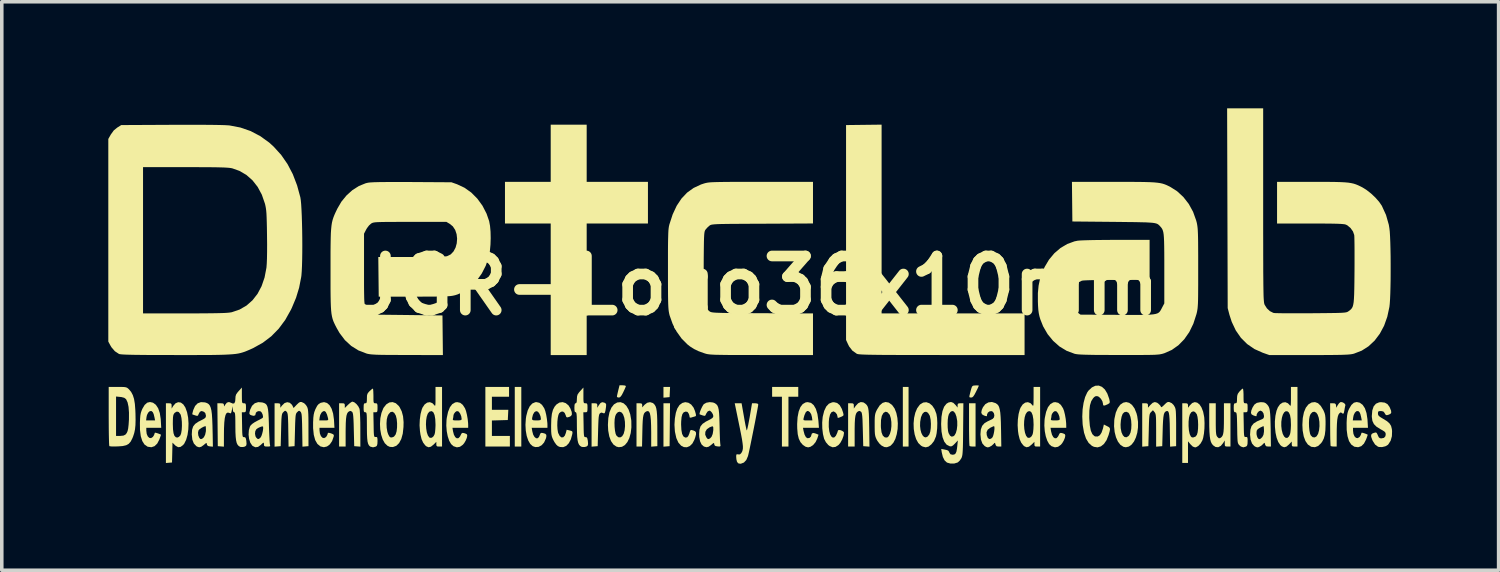
<source format=kicad_pcb>
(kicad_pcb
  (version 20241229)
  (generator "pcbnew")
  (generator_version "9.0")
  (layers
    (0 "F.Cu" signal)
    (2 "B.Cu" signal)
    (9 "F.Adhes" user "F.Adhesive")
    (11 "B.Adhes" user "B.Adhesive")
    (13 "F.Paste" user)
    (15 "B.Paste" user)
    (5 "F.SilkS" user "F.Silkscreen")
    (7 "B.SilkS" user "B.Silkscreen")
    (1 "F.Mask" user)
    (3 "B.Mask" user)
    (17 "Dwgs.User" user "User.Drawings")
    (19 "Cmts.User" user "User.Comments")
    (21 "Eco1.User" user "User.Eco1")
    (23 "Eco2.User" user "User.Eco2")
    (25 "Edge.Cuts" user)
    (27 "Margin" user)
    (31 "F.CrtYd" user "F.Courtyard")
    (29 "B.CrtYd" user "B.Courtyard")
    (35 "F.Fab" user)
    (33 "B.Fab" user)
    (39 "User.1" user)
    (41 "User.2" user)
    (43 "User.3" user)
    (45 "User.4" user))
  (footprint "UGR-Logo36x10mm"
    (layer "F.Cu")
    (at 18.072 4.993)
    (property "Reference" "UGR-Logo36x10mm" (at 0 0 0) (layer "F.SilkS") (effects (font (size 1.524 1.524) (thickness 0.3))))
    (attr board_only exclude_from_pos_files exclude_from_bom)
    (fp_poly (pts (xy -6.442 4.532) (xy -6.626 4.532) (xy -6.626 2.853) (xy -6.442 2.853)) (stroke (width 0) (type solid)) (fill yes) (layer "F.SilkS"))
    (fp_poly (pts (xy 4.463 4.532) (xy 4.302 4.532) (xy 4.302 2.853) (xy 4.463 2.853)) (stroke (width 0) (type solid)) (fill yes) (layer "F.SilkS"))
    (fp_poly (pts (xy -2.266 3.14) (xy -2.352 3.148) (xy -2.439 3.155) (xy -2.439 2.853) (xy -2.253 2.853)) (stroke (width 0) (type solid)) (fill yes) (layer "F.SilkS"))
    (fp_poly (pts (xy -2.26 3.917) (xy -2.266 4.521) (xy -2.352 4.528) (xy -2.439 4.535) (xy -2.439 3.313) (xy -2.254 3.313)) (stroke (width 0) (type solid)) (fill yes) (layer "F.SilkS"))
    (fp_poly (pts (xy 1.357 3.129) (xy 1.081 3.129) (xy 1.081 4.532) (xy 0.897 4.532) (xy 0.897 3.129) (xy 0.621 3.129) (xy 0.621 2.853) (xy 1.357 2.853)) (stroke (width 0) (type solid)) (fill yes) (layer "F.SilkS"))
    (fp_poly (pts (xy -4.601 -2.922) (xy -2.876 -2.922) (xy -2.876 -1.749) (xy -4.601 -1.749) (xy -4.601 1.956) (xy -5.614 1.956) (xy -5.614 -1.749) (xy -6.902 -1.749) (xy -6.902 -2.922) (xy -5.614 -2.922) (xy -5.614 -4.532) (xy -4.601 -4.532)) (stroke (width 0) (type solid)) (fill yes) (layer "F.SilkS"))
    (fp_poly (pts (xy -6.787 3.129) (xy -7.27 3.129) (xy -7.27 3.497) (xy -6.808 3.497) (xy -6.815 3.641) (xy -6.822 3.785) (xy -7.27 3.798) (xy -7.27 4.233) (xy -6.764 4.233) (xy -6.764 4.532) (xy -7.454 4.532) (xy -7.454 2.853) (xy -6.787 2.853)) (stroke (width 0) (type solid)) (fill yes) (layer "F.SilkS"))
    (fp_poly (pts (xy 6.35 4.532) (xy 6.273 4.532) (xy 6.216 4.528) (xy 6.182 4.518) (xy 6.181 4.517) (xy 6.177 4.491) (xy 6.173 4.425) (xy 6.17 4.325) (xy 6.168 4.199) (xy 6.166 4.051) (xy 6.166 3.907) (xy 6.166 3.313) (xy 6.35 3.313)) (stroke (width 0) (type solid)) (fill yes) (layer "F.SilkS"))
    (fp_poly (pts (xy -3.53 2.812) (xy -3.499 2.825) (xy -3.497 2.829) (xy -3.507 2.86) (xy -3.532 2.919) (xy -3.568 2.995) (xy -3.571 3.002) (xy -3.614 3.084) (xy -3.649 3.13) (xy -3.68 3.15) (xy -3.698 3.152) (xy -3.738 3.143) (xy -3.75 3.128) (xy -3.745 3.095) (xy -3.731 3.031) (xy -3.713 2.955) (xy -3.676 2.807) (xy -3.586 2.807)) (stroke (width 0) (type solid)) (fill yes) (layer "F.SilkS"))
    (fp_poly (pts (xy 6.439 2.814) (xy 6.442 2.818) (xy 6.432 2.843) (xy 6.407 2.899) (xy 6.37 2.973) (xy 6.361 2.992) (xy 6.317 3.075) (xy 6.283 3.124) (xy 6.253 3.147) (xy 6.223 3.152) (xy 6.183 3.147) (xy 6.174 3.121) (xy 6.181 3.089) (xy 6.209 2.975) (xy 6.23 2.899) (xy 6.247 2.852) (xy 6.265 2.827) (xy 6.288 2.816) (xy 6.322 2.813) (xy 6.346 2.811) (xy 6.405 2.81)) (stroke (width 0) (type solid)) (fill yes) (layer "F.SilkS"))
    (fp_poly (pts (xy 3.704 0.782) (xy 7.73 0.782) (xy 7.73 1.956) (xy 5.401 1.955) (xy 5.019 1.954) (xy 4.68 1.954) (xy 4.382 1.954) (xy 4.121 1.953) (xy 3.897 1.952) (xy 3.704 1.951) (xy 3.542 1.949) (xy 3.408 1.947) (xy 3.298 1.945) (xy 3.21 1.942) (xy 3.141 1.939) (xy 3.089 1.935) (xy 3.052 1.931) (xy 3.025 1.926) (xy 3.008 1.92) (xy 3.002 1.917) (xy 2.882 1.832) (xy 2.79 1.714) (xy 2.757 1.648) (xy 2.703 1.53) (xy 2.703 -4.521) (xy 3.204 -4.527) (xy 3.704 -4.533)) (stroke (width 0) (type solid)) (fill yes) (layer "F.SilkS"))
    (fp_poly (pts (xy -4.105 3.295) (xy -4.099 3.298) (xy -4.067 3.317) (xy -4.053 3.346) (xy -4.055 3.399) (xy -4.059 3.433) (xy -4.073 3.524) (xy -4.087 3.576) (xy -4.106 3.597) (xy -4.133 3.593) (xy -4.146 3.586) (xy -4.192 3.575) (xy -4.23 3.599) (xy -4.244 3.619) (xy -4.254 3.654) (xy -4.263 3.709) (xy -4.269 3.79) (xy -4.274 3.904) (xy -4.279 4.057) (xy -4.279 4.079) (xy -4.291 4.521) (xy -4.377 4.528) (xy -4.463 4.535) (xy -4.463 3.313) (xy -4.383 3.313) (xy -4.329 3.317) (xy -4.306 3.336) (xy -4.302 3.376) (xy -4.302 3.44) (xy -4.258 3.367) (xy -4.211 3.305) (xy -4.164 3.283)) (stroke (width 0) (type solid)) (fill yes) (layer "F.SilkS"))
    (fp_poly (pts (xy -2.74 3.305) (xy -2.716 3.323) (xy -2.684 3.358) (xy -2.659 3.402) (xy -2.641 3.46) (xy -2.628 3.539) (xy -2.619 3.645) (xy -2.614 3.782) (xy -2.612 3.958) (xy -2.612 4.026) (xy -2.611 4.521) (xy -2.698 4.528) (xy -2.784 4.535) (xy -2.784 4.137) (xy -2.787 3.941) (xy -2.793 3.788) (xy -2.805 3.673) (xy -2.822 3.595) (xy -2.846 3.549) (xy -2.878 3.532) (xy -2.918 3.541) (xy -2.926 3.545) (xy -2.958 3.567) (xy -2.983 3.598) (xy -3.001 3.645) (xy -3.014 3.713) (xy -3.023 3.809) (xy -3.029 3.939) (xy -3.033 4.101) (xy -3.042 4.532) (xy -3.198 4.532) (xy -3.198 3.313) (xy -3.117 3.313) (xy -3.063 3.317) (xy -3.041 3.337) (xy -3.037 3.371) (xy -3.037 3.429) (xy -2.972 3.356) (xy -2.897 3.299) (xy -2.817 3.282)) (stroke (width 0) (type solid)) (fill yes) (layer "F.SilkS"))
    (fp_poly (pts (xy 13.114 3.759) (xy 13.114 3.915) (xy 13.116 4.031) (xy 13.119 4.115) (xy 13.125 4.173) (xy 13.133 4.213) (xy 13.145 4.24) (xy 13.159 4.26) (xy 13.197 4.296) (xy 13.23 4.296) (xy 13.245 4.289) (xy 13.278 4.264) (xy 13.303 4.23) (xy 13.321 4.182) (xy 13.333 4.112) (xy 13.34 4.014) (xy 13.343 3.883) (xy 13.344 3.733) (xy 13.344 3.313) (xy 13.528 3.313) (xy 13.528 4.532) (xy 13.448 4.532) (xy 13.395 4.529) (xy 13.372 4.511) (xy 13.367 4.463) (xy 13.367 4.446) (xy 13.367 4.36) (xy 13.322 4.433) (xy 13.256 4.513) (xy 13.183 4.551) (xy 13.108 4.544) (xy 13.039 4.497) (xy 13.005 4.455) (xy 12.978 4.403) (xy 12.959 4.333) (xy 12.945 4.241) (xy 12.936 4.12) (xy 12.931 3.966) (xy 12.93 3.775) (xy 12.93 3.313) (xy 13.114 3.313)) (stroke (width 0) (type solid)) (fill yes) (layer "F.SilkS"))
    (fp_poly (pts (xy 16.669 3.281) (xy 16.718 3.303) (xy 16.755 3.335) (xy 16.765 3.369) (xy 16.764 3.369) (xy 16.754 3.409) (xy 16.742 3.475) (xy 16.737 3.506) (xy 16.723 3.577) (xy 16.706 3.607) (xy 16.682 3.602) (xy 16.662 3.584) (xy 16.632 3.57) (xy 16.598 3.593) (xy 16.57 3.632) (xy 16.55 3.691) (xy 16.535 3.776) (xy 16.526 3.892) (xy 16.521 4.044) (xy 16.52 4.17) (xy 16.519 4.532) (xy 16.443 4.532) (xy 16.386 4.528) (xy 16.352 4.518) (xy 16.35 4.517) (xy 16.346 4.491) (xy 16.343 4.425) (xy 16.339 4.325) (xy 16.337 4.199) (xy 16.336 4.051) (xy 16.335 3.907) (xy 16.335 3.313) (xy 16.414 3.313) (xy 16.469 3.318) (xy 16.493 3.34) (xy 16.501 3.376) (xy 16.508 3.44) (xy 16.547 3.368) (xy 16.584 3.315) (xy 16.622 3.282) (xy 16.625 3.281)) (stroke (width 0) (type solid)) (fill yes) (layer "F.SilkS"))
    (fp_poly (pts (xy -11.144 3.286) (xy -11.085 3.334) (xy -11.033 3.399) (xy -10.999 3.467) (xy -10.998 3.47) (xy -10.991 3.518) (xy -10.985 3.604) (xy -10.98 3.719) (xy -10.976 3.856) (xy -10.975 4.005) (xy -10.975 4.045) (xy -10.974 4.535) (xy -11.061 4.528) (xy -11.147 4.521) (xy -11.159 4.056) (xy -11.163 3.893) (xy -11.168 3.771) (xy -11.174 3.682) (xy -11.181 3.621) (xy -11.191 3.582) (xy -11.203 3.558) (xy -11.208 3.553) (xy -11.249 3.528) (xy -11.291 3.54) (xy -11.324 3.566) (xy -11.348 3.606) (xy -11.366 3.666) (xy -11.378 3.753) (xy -11.385 3.872) (xy -11.388 4.028) (xy -11.389 4.122) (xy -11.389 4.532) (xy -11.573 4.532) (xy -11.573 3.313) (xy -11.492 3.313) (xy -11.438 3.317) (xy -11.416 3.336) (xy -11.412 3.379) (xy -11.412 3.446) (xy -11.322 3.356) (xy -11.266 3.306) (xy -11.218 3.274) (xy -11.197 3.267)) (stroke (width 0) (type solid)) (fill yes) (layer "F.SilkS"))
    (fp_poly (pts (xy 3.189 3.288) (xy 3.209 3.299) (xy 3.251 3.328) (xy 3.283 3.359) (xy 3.307 3.396) (xy 3.325 3.447) (xy 3.337 3.517) (xy 3.345 3.612) (xy 3.35 3.739) (xy 3.353 3.902) (xy 3.355 3.998) (xy 3.362 4.535) (xy 3.274 4.528) (xy 3.187 4.521) (xy 3.175 4.056) (xy 3.17 3.893) (xy 3.166 3.771) (xy 3.16 3.682) (xy 3.152 3.621) (xy 3.143 3.582) (xy 3.131 3.558) (xy 3.126 3.553) (xy 3.085 3.528) (xy 3.042 3.54) (xy 3.01 3.566) (xy 2.985 3.606) (xy 2.967 3.666) (xy 2.955 3.753) (xy 2.948 3.872) (xy 2.945 4.028) (xy 2.945 4.122) (xy 2.945 4.532) (xy 2.761 4.532) (xy 2.761 3.313) (xy 2.841 3.313) (xy 2.895 3.317) (xy 2.918 3.336) (xy 2.922 3.385) (xy 2.922 3.387) (xy 2.922 3.462) (xy 2.974 3.388) (xy 3.044 3.313) (xy 3.117 3.279)) (stroke (width 0) (type solid)) (fill yes) (layer "F.SilkS"))
    (fp_poly (pts (xy -3.561 3.314) (xy -3.485 3.384) (xy -3.422 3.488) (xy -3.375 3.622) (xy -3.347 3.782) (xy -3.344 3.812) (xy -3.342 3.991) (xy -3.361 4.153) (xy -3.4 4.292) (xy -3.455 4.406) (xy -3.525 4.49) (xy -3.607 4.539) (xy -3.698 4.55) (xy -3.764 4.533) (xy -3.848 4.475) (xy -3.916 4.377) (xy -3.965 4.245) (xy -3.995 4.082) (xy -4.003 3.923) (xy -4 3.865) (xy -3.818 3.865) (xy -3.815 3.978) (xy -3.804 4.085) (xy -3.786 4.172) (xy -3.767 4.217) (xy -3.714 4.268) (xy -3.656 4.275) (xy -3.603 4.244) (xy -3.56 4.174) (xy -3.533 4.074) (xy -3.521 3.957) (xy -3.524 3.835) (xy -3.542 3.721) (xy -3.575 3.629) (xy -3.612 3.577) (xy -3.669 3.55) (xy -3.724 3.565) (xy -3.772 3.617) (xy -3.797 3.676) (xy -3.813 3.76) (xy -3.818 3.865) (xy -4 3.865) (xy -3.992 3.729) (xy -3.959 3.566) (xy -3.905 3.437) (xy -3.832 3.344) (xy -3.742 3.291) (xy -3.648 3.282)) (stroke (width 0) (type solid)) (fill yes) (layer "F.SilkS"))
    (fp_poly (pts (xy 10.676 3.3) (xy 10.756 3.36) (xy 10.827 3.459) (xy 10.883 3.598) (xy 10.903 3.677) (xy 10.925 3.838) (xy 10.924 3.995) (xy 10.904 4.143) (xy 10.865 4.276) (xy 10.812 4.389) (xy 10.745 4.476) (xy 10.668 4.532) (xy 10.583 4.552) (xy 10.514 4.539) (xy 10.43 4.485) (xy 10.359 4.393) (xy 10.304 4.27) (xy 10.267 4.124) (xy 10.25 3.961) (xy 10.252 3.913) (xy 10.433 3.913) (xy 10.437 4.016) (xy 10.46 4.132) (xy 10.498 4.215) (xy 10.545 4.263) (xy 10.599 4.271) (xy 10.655 4.238) (xy 10.679 4.21) (xy 10.714 4.136) (xy 10.734 4.034) (xy 10.739 3.918) (xy 10.732 3.8) (xy 10.711 3.693) (xy 10.678 3.611) (xy 10.652 3.577) (xy 10.595 3.552) (xy 10.536 3.566) (xy 10.491 3.613) (xy 10.462 3.692) (xy 10.442 3.798) (xy 10.433 3.913) (xy 10.252 3.913) (xy 10.256 3.789) (xy 10.262 3.743) (xy 10.299 3.576) (xy 10.356 3.446) (xy 10.426 3.352) (xy 10.506 3.297) (xy 10.591 3.279)) (stroke (width 0) (type solid)) (fill yes) (layer "F.SilkS"))
    (fp_poly (pts (xy -9.976 3.312) (xy -9.894 3.387) (xy -9.869 3.422) (xy -9.809 3.542) (xy -9.772 3.68) (xy -9.757 3.844) (xy -9.76 3.983) (xy -9.78 4.168) (xy -9.822 4.319) (xy -9.883 4.434) (xy -9.962 4.511) (xy -10.057 4.546) (xy -10.144 4.541) (xy -10.211 4.51) (xy -10.286 4.438) (xy -10.345 4.332) (xy -10.388 4.199) (xy -10.414 4.05) (xy -10.422 3.892) (xy -10.421 3.88) (xy -10.238 3.88) (xy -10.233 4.003) (xy -10.214 4.116) (xy -10.192 4.183) (xy -10.161 4.244) (xy -10.132 4.272) (xy -10.093 4.276) (xy -10.083 4.275) (xy -10.028 4.253) (xy -9.984 4.196) (xy -9.979 4.187) (xy -9.954 4.105) (xy -9.941 3.995) (xy -9.94 3.874) (xy -9.951 3.758) (xy -9.974 3.663) (xy -9.976 3.659) (xy -10.02 3.583) (xy -10.072 3.551) (xy -10.126 3.562) (xy -10.178 3.618) (xy -10.207 3.675) (xy -10.23 3.765) (xy -10.238 3.88) (xy -10.421 3.88) (xy -10.411 3.734) (xy -10.38 3.586) (xy -10.329 3.456) (xy -10.318 3.437) (xy -10.243 3.343) (xy -10.157 3.29) (xy -10.066 3.28)) (stroke (width 0) (type solid)) (fill yes) (layer "F.SilkS"))
    (fp_poly (pts (xy 5.05 3.313) (xy 5.129 3.379) (xy 5.196 3.478) (xy 5.245 3.607) (xy 5.247 3.612) (xy 5.266 3.727) (xy 5.273 3.868) (xy 5.269 4.016) (xy 5.254 4.155) (xy 5.235 4.246) (xy 5.181 4.374) (xy 5.108 4.468) (xy 5.026 4.533) (xy 4.946 4.554) (xy 4.861 4.533) (xy 4.816 4.508) (xy 4.737 4.432) (xy 4.676 4.322) (xy 4.634 4.188) (xy 4.61 4.037) (xy 4.607 3.953) (xy 4.787 3.953) (xy 4.799 4.058) (xy 4.823 4.149) (xy 4.858 4.218) (xy 4.9 4.262) (xy 4.948 4.275) (xy 4.998 4.252) (xy 5.047 4.191) (xy 5.074 4.115) (xy 5.089 4.01) (xy 5.093 3.893) (xy 5.085 3.777) (xy 5.065 3.68) (xy 5.056 3.655) (xy 5.01 3.582) (xy 4.956 3.551) (xy 4.902 3.562) (xy 4.853 3.612) (xy 4.815 3.701) (xy 4.811 3.716) (xy 4.79 3.837) (xy 4.787 3.953) (xy 4.607 3.953) (xy 4.605 3.88) (xy 4.619 3.724) (xy 4.653 3.579) (xy 4.706 3.453) (xy 4.779 3.355) (xy 4.789 3.345) (xy 4.875 3.293) (xy 4.963 3.283)) (stroke (width 0) (type solid)) (fill yes) (layer "F.SilkS"))
    (fp_poly (pts (xy 15.993 3.311) (xy 16.071 3.387) (xy 16.144 3.507) (xy 16.155 3.532) (xy 16.179 3.59) (xy 16.194 3.648) (xy 16.202 3.718) (xy 16.206 3.813) (xy 16.206 3.911) (xy 16.201 4.075) (xy 16.185 4.204) (xy 16.156 4.306) (xy 16.112 4.393) (xy 16.081 4.436) (xy 15.997 4.516) (xy 15.907 4.55) (xy 15.81 4.54) (xy 15.793 4.533) (xy 15.708 4.475) (xy 15.64 4.377) (xy 15.591 4.245) (xy 15.561 4.082) (xy 15.553 3.923) (xy 15.556 3.865) (xy 15.738 3.865) (xy 15.741 3.978) (xy 15.752 4.085) (xy 15.77 4.172) (xy 15.789 4.217) (xy 15.842 4.268) (xy 15.901 4.275) (xy 15.953 4.244) (xy 15.996 4.174) (xy 16.023 4.074) (xy 16.035 3.957) (xy 16.032 3.835) (xy 16.014 3.721) (xy 15.981 3.629) (xy 15.944 3.577) (xy 15.887 3.55) (xy 15.832 3.565) (xy 15.784 3.617) (xy 15.759 3.676) (xy 15.743 3.76) (xy 15.738 3.865) (xy 15.556 3.865) (xy 15.564 3.729) (xy 15.597 3.566) (xy 15.651 3.437) (xy 15.724 3.344) (xy 15.814 3.291) (xy 15.908 3.28)) (stroke (width 0) (type solid)) (fill yes) (layer "F.SilkS"))
    (fp_poly (pts (xy 1.715 3.302) (xy 1.792 3.366) (xy 1.853 3.471) (xy 1.897 3.615) (xy 1.923 3.796) (xy 1.925 3.812) (xy 1.939 4.003) (xy 1.49 4.003) (xy 1.506 4.09) (xy 1.535 4.197) (xy 1.573 4.268) (xy 1.618 4.298) (xy 1.674 4.289) (xy 1.715 4.248) (xy 1.726 4.207) (xy 1.742 4.162) (xy 1.788 4.149) (xy 1.858 4.169) (xy 1.928 4.199) (xy 1.892 4.309) (xy 1.845 4.407) (xy 1.778 4.487) (xy 1.701 4.539) (xy 1.634 4.555) (xy 1.56 4.536) (xy 1.485 4.484) (xy 1.419 4.408) (xy 1.372 4.31) (xy 1.342 4.184) (xy 1.328 4.022) (xy 1.326 3.9) (xy 1.334 3.769) (xy 1.502 3.769) (xy 1.511 3.788) (xy 1.545 3.795) (xy 1.614 3.796) (xy 1.625 3.796) (xy 1.755 3.796) (xy 1.742 3.701) (xy 1.72 3.62) (xy 1.682 3.561) (xy 1.637 3.531) (xy 1.605 3.532) (xy 1.566 3.57) (xy 1.531 3.65) (xy 1.508 3.733) (xy 1.502 3.769) (xy 1.334 3.769) (xy 1.338 3.705) (xy 1.369 3.545) (xy 1.418 3.42) (xy 1.484 3.334) (xy 1.567 3.288) (xy 1.622 3.281)) (stroke (width 0) (type solid)) (fill yes) (layer "F.SilkS"))
    (fp_poly (pts (xy 12.592 3.296) (xy 12.657 3.347) (xy 12.713 3.433) (xy 12.758 3.549) (xy 12.787 3.693) (xy 12.791 3.727) (xy 12.798 3.87) (xy 12.795 4.02) (xy 12.782 4.162) (xy 12.76 4.284) (xy 12.738 4.356) (xy 12.687 4.446) (xy 12.623 4.515) (xy 12.557 4.552) (xy 12.53 4.555) (xy 12.468 4.533) (xy 12.403 4.47) (xy 12.332 4.384) (xy 12.332 4.993) (xy 12.171 4.993) (xy 12.171 3.952) (xy 12.348 3.952) (xy 12.357 4.072) (xy 12.377 4.169) (xy 12.386 4.195) (xy 12.414 4.251) (xy 12.444 4.274) (xy 12.486 4.275) (xy 12.548 4.249) (xy 12.584 4.199) (xy 12.604 4.129) (xy 12.615 4.029) (xy 12.618 3.914) (xy 12.613 3.798) (xy 12.6 3.696) (xy 12.58 3.623) (xy 12.577 3.618) (xy 12.529 3.557) (xy 12.476 3.54) (xy 12.424 3.566) (xy 12.384 3.629) (xy 12.361 3.714) (xy 12.349 3.828) (xy 12.348 3.952) (xy 12.171 3.952) (xy 12.171 3.313) (xy 12.251 3.313) (xy 12.306 3.317) (xy 12.328 3.337) (xy 12.333 3.376) (xy 12.333 3.44) (xy 12.382 3.375) (xy 12.451 3.306) (xy 12.523 3.281)) (stroke (width 0) (type solid)) (fill yes) (layer "F.SilkS"))
    (fp_poly (pts (xy -5.191 3.309) (xy -5.113 3.373) (xy -5.06 3.459) (xy -5.023 3.557) (xy -5.017 3.626) (xy -5.042 3.671) (xy -5.094 3.698) (xy -5.147 3.711) (xy -5.173 3.702) (xy -5.187 3.666) (xy -5.188 3.661) (xy -5.221 3.584) (xy -5.268 3.546) (xy -5.323 3.551) (xy -5.373 3.59) (xy -5.397 3.641) (xy -5.415 3.724) (xy -5.426 3.827) (xy -5.429 3.938) (xy -5.423 4.043) (xy -5.409 4.13) (xy -5.403 4.151) (xy -5.361 4.234) (xy -5.313 4.274) (xy -5.263 4.272) (xy -5.218 4.227) (xy -5.188 4.15) (xy -5.165 4.059) (xy -5.078 4.079) (xy -5.023 4.095) (xy -5.001 4.118) (xy -5.003 4.162) (xy -5.007 4.184) (xy -5.046 4.327) (xy -5.104 4.438) (xy -5.176 4.513) (xy -5.261 4.549) (xy -5.354 4.544) (xy -5.411 4.52) (xy -5.457 4.478) (xy -5.508 4.407) (xy -5.537 4.354) (xy -5.565 4.295) (xy -5.583 4.243) (xy -5.594 4.187) (xy -5.6 4.115) (xy -5.602 4.015) (xy -5.602 3.934) (xy -5.597 3.754) (xy -5.581 3.611) (xy -5.551 3.499) (xy -5.506 3.411) (xy -5.452 3.347) (xy -5.368 3.293) (xy -5.278 3.281)) (stroke (width 0) (type solid)) (fill yes) (layer "F.SilkS"))
    (fp_poly (pts (xy -0.173 3.687) (xy -0.151 3.813) (xy -0.13 3.923) (xy -0.112 4.009) (xy -0.099 4.063) (xy -0.093 4.078) (xy -0.085 4.062) (xy -0.071 4.008) (xy -0.052 3.922) (xy -0.031 3.812) (xy -0.011 3.704) (xy 0.055 3.313) (xy 0.143 3.313) (xy 0.205 3.32) (xy 0.229 3.341) (xy 0.23 3.347) (xy 0.226 3.381) (xy 0.213 3.454) (xy 0.194 3.558) (xy 0.17 3.686) (xy 0.142 3.832) (xy 0.111 3.989) (xy 0.079 4.149) (xy 0.047 4.307) (xy 0.017 4.454) (xy -0.01 4.585) (xy -0.033 4.692) (xy -0.051 4.769) (xy -0.059 4.801) (xy -0.106 4.91) (xy -0.173 4.982) (xy -0.256 5.014) (xy -0.28 5.016) (xy -0.336 5.003) (xy -0.368 4.959) (xy -0.369 4.957) (xy -0.385 4.891) (xy -0.391 4.818) (xy -0.388 4.766) (xy -0.372 4.748) (xy -0.335 4.753) (xy -0.285 4.752) (xy -0.247 4.715) (xy -0.246 4.713) (xy -0.224 4.674) (xy -0.21 4.633) (xy -0.202 4.584) (xy -0.202 4.521) (xy -0.211 4.437) (xy -0.227 4.329) (xy -0.253 4.19) (xy -0.288 4.014) (xy -0.308 3.917) (xy -0.432 3.313) (xy -0.239 3.313)) (stroke (width 0) (type solid)) (fill yes) (layer "F.SilkS"))
    (fp_poly (pts (xy 2.452 3.305) (xy 2.525 3.367) (xy 2.584 3.471) (xy 2.619 3.574) (xy 2.632 3.631) (xy 2.625 3.662) (xy 2.588 3.684) (xy 2.565 3.694) (xy 2.503 3.719) (xy 2.473 3.724) (xy 2.463 3.709) (xy 2.462 3.686) (xy 2.446 3.627) (xy 2.407 3.575) (xy 2.359 3.545) (xy 2.346 3.543) (xy 2.292 3.565) (xy 2.252 3.63) (xy 2.226 3.739) (xy 2.217 3.836) (xy 2.216 3.979) (xy 2.23 4.098) (xy 2.255 4.189) (xy 2.29 4.251) (xy 2.33 4.28) (xy 2.373 4.274) (xy 2.416 4.229) (xy 2.456 4.143) (xy 2.475 4.08) (xy 2.498 4.065) (xy 2.543 4.07) (xy 2.593 4.089) (xy 2.633 4.117) (xy 2.646 4.143) (xy 2.631 4.232) (xy 2.594 4.333) (xy 2.543 4.426) (xy 2.492 4.487) (xy 2.406 4.542) (xy 2.324 4.552) (xy 2.24 4.517) (xy 2.2 4.486) (xy 2.136 4.411) (xy 2.088 4.32) (xy 2.084 4.31) (xy 2.052 4.177) (xy 2.034 4.02) (xy 2.031 3.856) (xy 2.044 3.706) (xy 2.046 3.693) (xy 2.087 3.528) (xy 2.145 3.405) (xy 2.22 3.325) (xy 2.312 3.287) (xy 2.363 3.283)) (stroke (width 0) (type solid)) (fill yes) (layer "F.SilkS"))
    (fp_poly (pts (xy -1.737 3.298) (xy -1.657 3.35) (xy -1.59 3.437) (xy -1.552 3.529) (xy -1.53 3.607) (xy -1.522 3.651) (xy -1.53 3.674) (xy -1.555 3.685) (xy -1.574 3.69) (xy -1.633 3.707) (xy -1.666 3.718) (xy -1.697 3.716) (xy -1.703 3.696) (xy -1.712 3.649) (xy -1.73 3.601) (xy -1.763 3.556) (xy -1.812 3.547) (xy -1.816 3.548) (xy -1.869 3.568) (xy -1.906 3.618) (xy -1.929 3.702) (xy -1.94 3.824) (xy -1.942 3.911) (xy -1.934 4.064) (xy -1.914 4.175) (xy -1.879 4.245) (xy -1.83 4.277) (xy -1.808 4.279) (xy -1.77 4.27) (xy -1.74 4.235) (xy -1.711 4.168) (xy -1.692 4.103) (xy -1.678 4.072) (xy -1.652 4.065) (xy -1.598 4.079) (xy -1.548 4.101) (xy -1.523 4.135) (xy -1.522 4.189) (xy -1.543 4.271) (xy -1.567 4.338) (xy -1.623 4.445) (xy -1.696 4.517) (xy -1.779 4.552) (xy -1.866 4.547) (xy -1.942 4.507) (xy -2.02 4.419) (xy -2.077 4.291) (xy -2.114 4.123) (xy -2.118 4.093) (xy -2.129 3.919) (xy -2.118 3.744) (xy -2.09 3.582) (xy -2.05 3.462) (xy -1.987 3.363) (xy -1.909 3.304) (xy -1.824 3.282)) (stroke (width 0) (type solid)) (fill yes) (layer "F.SilkS"))
    (fp_poly (pts (xy 15.415 4.532) (xy 15.334 4.532) (xy 15.28 4.529) (xy 15.258 4.509) (xy 15.254 4.462) (xy 15.254 4.391) (xy 15.176 4.473) (xy 15.104 4.534) (xy 15.039 4.552) (xy 14.974 4.526) (xy 14.932 4.49) (xy 14.874 4.405) (xy 14.828 4.285) (xy 14.797 4.142) (xy 14.781 3.984) (xy 14.78 3.955) (xy 14.959 3.955) (xy 14.972 4.067) (xy 15 4.174) (xy 15.039 4.249) (xy 15.084 4.287) (xy 15.131 4.288) (xy 15.175 4.248) (xy 15.205 4.184) (xy 15.217 4.127) (xy 15.226 4.041) (xy 15.231 3.94) (xy 15.231 3.911) (xy 15.225 3.758) (xy 15.206 3.647) (xy 15.173 3.574) (xy 15.138 3.543) (xy 15.087 3.536) (xy 15.041 3.568) (xy 15.003 3.633) (xy 14.976 3.723) (xy 14.96 3.833) (xy 14.959 3.955) (xy 14.78 3.955) (xy 14.779 3.821) (xy 14.794 3.665) (xy 14.825 3.524) (xy 14.863 3.428) (xy 14.924 3.342) (xy 14.997 3.294) (xy 15.073 3.283) (xy 15.146 3.313) (xy 15.194 3.363) (xy 15.209 3.382) (xy 15.22 3.383) (xy 15.226 3.361) (xy 15.229 3.31) (xy 15.231 3.222) (xy 15.231 3.134) (xy 15.231 2.853) (xy 15.415 2.853)) (stroke (width 0) (type solid)) (fill yes) (layer "F.SilkS"))
    (fp_poly (pts (xy -16.03 3.293) (xy -15.96 3.345) (xy -15.902 3.433) (xy -15.854 3.566) (xy -15.824 3.72) (xy -15.813 3.884) (xy -15.819 4.048) (xy -15.841 4.204) (xy -15.88 4.341) (xy -15.933 4.449) (xy -15.967 4.49) (xy -16.038 4.542) (xy -16.104 4.55) (xy -16.173 4.512) (xy -16.198 4.489) (xy -16.265 4.422) (xy -16.271 4.702) (xy -16.278 4.981) (xy -16.364 4.988) (xy -16.45 4.995) (xy -16.45 3.897) (xy -16.255 3.897) (xy -16.25 4.049) (xy -16.235 4.159) (xy -16.209 4.231) (xy -16.17 4.27) (xy -16.128 4.279) (xy -16.085 4.261) (xy -16.043 4.218) (xy -16.042 4.217) (xy -16.02 4.155) (xy -16.005 4.062) (xy -15.999 3.951) (xy -16.001 3.835) (xy -16.012 3.729) (xy -16.031 3.645) (xy -16.043 3.618) (xy -16.09 3.559) (xy -16.142 3.547) (xy -16.199 3.579) (xy -16.211 3.592) (xy -16.23 3.619) (xy -16.243 3.657) (xy -16.251 3.714) (xy -16.254 3.8) (xy -16.255 3.897) (xy -16.45 3.897) (xy -16.45 3.313) (xy -16.37 3.313) (xy -16.316 3.317) (xy -16.293 3.337) (xy -16.289 3.385) (xy -16.289 3.388) (xy -16.289 3.463) (xy -16.243 3.387) (xy -16.179 3.314) (xy -16.106 3.283)) (stroke (width 0) (type solid)) (fill yes) (layer "F.SilkS"))
    (fp_poly (pts (xy -17.699 2.853) (xy -17.624 2.856) (xy -17.574 2.864) (xy -17.54 2.878) (xy -17.511 2.901) (xy -17.489 2.922) (xy -17.428 2.996) (xy -17.381 3.085) (xy -17.347 3.194) (xy -17.324 3.332) (xy -17.311 3.506) (xy -17.307 3.603) (xy -17.304 3.783) (xy -17.308 3.928) (xy -17.32 4.047) (xy -17.342 4.152) (xy -17.375 4.253) (xy -17.397 4.305) (xy -17.443 4.394) (xy -17.497 4.455) (xy -17.569 4.495) (xy -17.668 4.518) (xy -17.803 4.528) (xy -17.807 4.528) (xy -17.903 4.53) (xy -17.982 4.529) (xy -18.032 4.523) (xy -18.043 4.519) (xy -18.047 4.493) (xy -18.051 4.426) (xy -18.054 4.324) (xy -18.057 4.191) (xy -18.059 4.034) (xy -18.06 3.857) (xy -18.061 3.677) (xy -18.061 3.123) (xy -17.854 3.123) (xy -17.854 4.233) (xy -17.74 4.233) (xy -17.644 4.223) (xy -17.589 4.195) (xy -17.554 4.152) (xy -17.529 4.096) (xy -17.512 4.018) (xy -17.5 3.911) (xy -17.491 3.773) (xy -17.49 3.578) (xy -17.502 3.416) (xy -17.529 3.289) (xy -17.569 3.203) (xy -17.575 3.196) (xy -17.624 3.159) (xy -17.703 3.138) (xy -17.734 3.135) (xy -17.854 3.123) (xy -18.061 3.123) (xy -18.061 2.853) (xy -17.809 2.853)) (stroke (width 0) (type solid)) (fill yes) (layer "F.SilkS"))
    (fp_poly (pts (xy -8.674 4.532) (xy -8.754 4.532) (xy -8.808 4.529) (xy -8.831 4.509) (xy -8.835 4.466) (xy -8.835 4.399) (xy -8.913 4.477) (xy -8.987 4.536) (xy -9.053 4.552) (xy -9.117 4.525) (xy -9.148 4.498) (xy -9.206 4.422) (xy -9.25 4.325) (xy -9.281 4.196) (xy -9.296 4.094) (xy -9.307 3.935) (xy -9.306 3.909) (xy -9.127 3.909) (xy -9.12 4.024) (xy -9.103 4.13) (xy -9.074 4.216) (xy -9.036 4.272) (xy -9.014 4.286) (xy -8.96 4.283) (xy -8.912 4.241) (xy -8.883 4.184) (xy -8.871 4.127) (xy -8.863 4.041) (xy -8.858 3.94) (xy -8.858 3.911) (xy -8.865 3.758) (xy -8.885 3.644) (xy -8.918 3.569) (xy -8.962 3.535) (xy -9.018 3.545) (xy -9.037 3.556) (xy -9.077 3.608) (xy -9.106 3.691) (xy -9.122 3.794) (xy -9.127 3.909) (xy -9.306 3.909) (xy -9.3 3.771) (xy -9.279 3.616) (xy -9.244 3.485) (xy -9.224 3.435) (xy -9.164 3.346) (xy -9.093 3.295) (xy -9.018 3.282) (xy -8.946 3.31) (xy -8.895 3.363) (xy -8.879 3.382) (xy -8.869 3.383) (xy -8.863 3.361) (xy -8.859 3.31) (xy -8.858 3.222) (xy -8.858 3.134) (xy -8.858 2.853) (xy -8.674 2.853)) (stroke (width 0) (type solid)) (fill yes) (layer "F.SilkS"))
    (fp_poly (pts (xy 8.168 4.532) (xy 8.087 4.532) (xy 8.033 4.529) (xy 8.011 4.509) (xy 8.007 4.466) (xy 8.007 4.399) (xy 7.928 4.477) (xy 7.854 4.536) (xy 7.788 4.552) (xy 7.725 4.525) (xy 7.694 4.498) (xy 7.635 4.422) (xy 7.592 4.325) (xy 7.56 4.196) (xy 7.545 4.094) (xy 7.535 3.935) (xy 7.535 3.925) (xy 7.715 3.925) (xy 7.723 4.039) (xy 7.742 4.143) (xy 7.772 4.226) (xy 7.811 4.277) (xy 7.828 4.286) (xy 7.881 4.283) (xy 7.929 4.241) (xy 7.958 4.184) (xy 7.97 4.127) (xy 7.979 4.041) (xy 7.983 3.94) (xy 7.984 3.911) (xy 7.977 3.761) (xy 7.957 3.647) (xy 7.925 3.571) (xy 7.883 3.535) (xy 7.831 3.541) (xy 7.801 3.561) (xy 7.762 3.617) (xy 7.734 3.703) (xy 7.719 3.809) (xy 7.715 3.925) (xy 7.535 3.925) (xy 7.541 3.771) (xy 7.562 3.616) (xy 7.597 3.485) (xy 7.618 3.435) (xy 7.677 3.346) (xy 7.748 3.295) (xy 7.823 3.282) (xy 7.896 3.31) (xy 7.947 3.363) (xy 7.962 3.382) (xy 7.972 3.383) (xy 7.979 3.361) (xy 7.982 3.31) (xy 7.983 3.222) (xy 7.984 3.134) (xy 7.984 2.853) (xy 8.168 2.853)) (stroke (width 0) (type solid)) (fill yes) (layer "F.SilkS"))
    (fp_poly (pts (xy -16.814 3.297) (xy -16.733 3.356) (xy -16.668 3.454) (xy -16.622 3.589) (xy -16.596 3.758) (xy -16.594 3.797) (xy -16.582 4.003) (xy -17.002 4.003) (xy -17.002 4.083) (xy -16.991 4.175) (xy -16.961 4.245) (xy -16.918 4.287) (xy -16.869 4.295) (xy -16.82 4.263) (xy -16.814 4.257) (xy -16.783 4.208) (xy -16.772 4.173) (xy -16.761 4.144) (xy -16.753 4.141) (xy -16.719 4.148) (xy -16.668 4.164) (xy -16.619 4.183) (xy -16.59 4.198) (xy -16.588 4.2) (xy -16.596 4.224) (xy -16.615 4.279) (xy -16.637 4.338) (xy -16.695 4.449) (xy -16.77 4.521) (xy -16.858 4.551) (xy -16.956 4.538) (xy -16.97 4.533) (xy -17.053 4.475) (xy -17.115 4.377) (xy -17.158 4.239) (xy -17.18 4.063) (xy -17.182 3.869) (xy -17.179 3.796) (xy -17.008 3.796) (xy -16.755 3.796) (xy -16.772 3.71) (xy -16.794 3.619) (xy -16.819 3.565) (xy -16.85 3.536) (xy -16.859 3.532) (xy -16.905 3.536) (xy -16.949 3.577) (xy -16.983 3.644) (xy -16.996 3.701) (xy -17.008 3.796) (xy -17.179 3.796) (xy -17.177 3.745) (xy -17.169 3.654) (xy -17.156 3.584) (xy -17.135 3.521) (xy -17.113 3.469) (xy -17.049 3.361) (xy -16.978 3.297) (xy -16.898 3.278)) (stroke (width 0) (type solid)) (fill yes) (layer "F.SilkS"))
    (fp_poly (pts (xy 3.905 3.294) (xy 3.994 3.357) (xy 4.002 3.365) (xy 4.07 3.461) (xy 4.119 3.585) (xy 4.149 3.728) (xy 4.161 3.881) (xy 4.155 4.036) (xy 4.131 4.184) (xy 4.091 4.317) (xy 4.034 4.426) (xy 3.962 4.504) (xy 3.933 4.521) (xy 3.854 4.551) (xy 3.784 4.546) (xy 3.704 4.505) (xy 3.702 4.504) (xy 3.644 4.45) (xy 3.587 4.374) (xy 3.566 4.337) (xy 3.542 4.285) (xy 3.526 4.236) (xy 3.516 4.179) (xy 3.511 4.103) (xy 3.509 3.998) (xy 3.509 3.947) (xy 3.683 3.947) (xy 3.685 3.999) (xy 3.702 4.132) (xy 3.737 4.222) (xy 3.79 4.271) (xy 3.833 4.279) (xy 3.873 4.271) (xy 3.905 4.238) (xy 3.938 4.173) (xy 3.966 4.077) (xy 3.98 3.961) (xy 3.979 3.841) (xy 3.963 3.73) (xy 3.935 3.643) (xy 3.92 3.62) (xy 3.865 3.563) (xy 3.815 3.551) (xy 3.763 3.581) (xy 3.753 3.591) (xy 3.71 3.668) (xy 3.687 3.787) (xy 3.683 3.947) (xy 3.509 3.947) (xy 3.509 3.923) (xy 3.509 3.798) (xy 3.512 3.709) (xy 3.519 3.644) (xy 3.531 3.591) (xy 3.551 3.54) (xy 3.578 3.486) (xy 3.65 3.373) (xy 3.73 3.303) (xy 3.816 3.277)) (stroke (width 0) (type solid)) (fill yes) (layer "F.SilkS"))
    (fp_poly (pts (xy 17.168 3.297) (xy 17.249 3.356) (xy 17.314 3.454) (xy 17.359 3.589) (xy 17.385 3.758) (xy 17.388 3.797) (xy 17.4 4.003) (xy 16.979 4.003) (xy 16.979 4.083) (xy 16.991 4.175) (xy 17.021 4.245) (xy 17.063 4.287) (xy 17.112 4.295) (xy 17.162 4.263) (xy 17.168 4.257) (xy 17.198 4.208) (xy 17.209 4.173) (xy 17.221 4.144) (xy 17.229 4.141) (xy 17.263 4.148) (xy 17.314 4.164) (xy 17.363 4.183) (xy 17.392 4.198) (xy 17.393 4.2) (xy 17.386 4.224) (xy 17.367 4.279) (xy 17.345 4.338) (xy 17.287 4.449) (xy 17.212 4.521) (xy 17.124 4.551) (xy 17.025 4.538) (xy 17.011 4.533) (xy 16.929 4.475) (xy 16.866 4.377) (xy 16.824 4.239) (xy 16.801 4.063) (xy 16.799 3.869) (xy 16.802 3.796) (xy 16.973 3.796) (xy 17.226 3.796) (xy 17.209 3.71) (xy 17.187 3.619) (xy 17.163 3.565) (xy 17.131 3.536) (xy 17.123 3.532) (xy 17.076 3.536) (xy 17.032 3.577) (xy 16.999 3.644) (xy 16.986 3.701) (xy 16.973 3.796) (xy 16.802 3.796) (xy 16.805 3.745) (xy 16.813 3.654) (xy 16.826 3.584) (xy 16.846 3.521) (xy 16.869 3.469) (xy 16.933 3.361) (xy 17.004 3.297) (xy 17.084 3.278)) (stroke (width 0) (type solid)) (fill yes) (layer "F.SilkS"))
    (fp_poly (pts (xy -5.932 3.3) (xy -5.859 3.358) (xy -5.795 3.456) (xy -5.767 3.531) (xy -5.741 3.637) (xy -5.721 3.756) (xy -5.708 3.873) (xy -5.706 3.928) (xy -5.706 4.003) (xy -6.149 4.003) (xy -6.133 4.101) (xy -6.108 4.196) (xy -6.07 4.263) (xy -6.027 4.298) (xy -5.982 4.298) (xy -5.944 4.26) (xy -5.925 4.214) (xy -5.905 4.163) (xy -5.878 4.146) (xy -5.834 4.151) (xy -5.767 4.171) (xy -5.737 4.204) (xy -5.738 4.26) (xy -5.75 4.306) (xy -5.8 4.417) (xy -5.871 4.496) (xy -5.955 4.541) (xy -6.047 4.547) (xy -6.12 4.522) (xy -6.19 4.46) (xy -6.247 4.361) (xy -6.29 4.232) (xy -6.316 4.083) (xy -6.325 3.919) (xy -6.314 3.75) (xy -6.311 3.73) (xy -6.138 3.73) (xy -6.137 3.773) (xy -6.108 3.791) (xy -6.044 3.796) (xy -6.016 3.796) (xy -5.943 3.794) (xy -5.905 3.785) (xy -5.891 3.766) (xy -5.89 3.752) (xy -5.902 3.678) (xy -5.933 3.604) (xy -5.972 3.552) (xy -5.975 3.55) (xy -6.024 3.535) (xy -6.071 3.561) (xy -6.109 3.623) (xy -6.119 3.653) (xy -6.138 3.73) (xy -6.311 3.73) (xy -6.302 3.669) (xy -6.261 3.514) (xy -6.204 3.397) (xy -6.132 3.319) (xy -6.047 3.283) (xy -6.016 3.281)) (stroke (width 0) (type solid)) (fill yes) (layer "F.SilkS"))
    (fp_poly (pts (xy -4.693 3.092) (xy -4.693 3.194) (xy -4.69 3.258) (xy -4.683 3.294) (xy -4.67 3.309) (xy -4.647 3.313) (xy -4.636 3.313) (xy -4.603 3.316) (xy -4.586 3.334) (xy -4.579 3.376) (xy -4.578 3.44) (xy -4.58 3.512) (xy -4.588 3.55) (xy -4.607 3.564) (xy -4.637 3.566) (xy -4.695 3.566) (xy -4.688 3.917) (xy -4.686 4.051) (xy -4.683 4.145) (xy -4.678 4.207) (xy -4.671 4.244) (xy -4.66 4.261) (xy -4.644 4.266) (xy -4.633 4.266) (xy -4.602 4.272) (xy -4.584 4.299) (xy -4.571 4.358) (xy -4.568 4.379) (xy -4.562 4.459) (xy -4.573 4.506) (xy -4.608 4.532) (xy -4.661 4.545) (xy -4.736 4.543) (xy -4.782 4.517) (xy -4.814 4.482) (xy -4.839 4.431) (xy -4.856 4.359) (xy -4.868 4.259) (xy -4.874 4.127) (xy -4.877 3.955) (xy -4.877 3.928) (xy -4.878 3.79) (xy -4.88 3.691) (xy -4.885 3.625) (xy -4.892 3.587) (xy -4.902 3.569) (xy -4.912 3.566) (xy -4.933 3.555) (xy -4.944 3.515) (xy -4.947 3.44) (xy -4.943 3.363) (xy -4.933 3.324) (xy -4.912 3.313) (xy -4.891 3.301) (xy -4.88 3.259) (xy -4.877 3.192) (xy -4.872 3.118) (xy -4.856 3.064) (xy -4.818 3.009) (xy -4.785 2.971) (xy -4.693 2.87)) (stroke (width 0) (type solid)) (fill yes) (layer "F.SilkS"))
    (fp_poly (pts (xy -11.913 3.305) (xy -11.841 3.368) (xy -11.783 3.469) (xy -11.741 3.605) (xy -11.718 3.772) (xy -11.716 3.799) (xy -11.704 4.003) (xy -12.125 4.003) (xy -12.125 4.069) (xy -12.114 4.164) (xy -12.085 4.237) (xy -12.044 4.282) (xy -11.996 4.295) (xy -11.947 4.268) (xy -11.936 4.257) (xy -11.906 4.208) (xy -11.895 4.173) (xy -11.888 4.149) (xy -11.863 4.144) (xy -11.808 4.158) (xy -11.783 4.167) (xy -11.735 4.189) (xy -11.72 4.218) (xy -11.726 4.253) (xy -11.77 4.378) (xy -11.835 4.472) (xy -11.914 4.53) (xy -12.002 4.551) (xy -12.095 4.529) (xy -12.101 4.526) (xy -12.184 4.458) (xy -12.246 4.35) (xy -12.286 4.202) (xy -12.305 4.014) (xy -12.305 3.844) (xy -12.302 3.796) (xy -12.131 3.796) (xy -12.001 3.796) (xy -11.927 3.795) (xy -11.89 3.789) (xy -11.879 3.772) (xy -11.884 3.738) (xy -11.885 3.733) (xy -11.913 3.632) (xy -11.946 3.563) (xy -11.976 3.534) (xy -12.024 3.538) (xy -12.069 3.577) (xy -12.104 3.642) (xy -12.118 3.699) (xy -12.131 3.796) (xy -12.302 3.796) (xy -12.299 3.723) (xy -12.288 3.633) (xy -12.271 3.561) (xy -12.245 3.491) (xy -12.234 3.468) (xy -12.191 3.385) (xy -12.148 3.334) (xy -12.095 3.302) (xy -12.091 3.3) (xy -11.997 3.281)) (stroke (width 0) (type solid)) (fill yes) (layer "F.SilkS"))
    (fp_poly (pts (xy 9.91 2.851) (xy 9.992 2.926) (xy 10.06 3.039) (xy 10.113 3.187) (xy 10.12 3.219) (xy 10.13 3.277) (xy 10.12 3.31) (xy 10.081 3.335) (xy 10.062 3.345) (xy 9.994 3.374) (xy 9.956 3.378) (xy 9.941 3.356) (xy 9.939 3.33) (xy 9.922 3.258) (xy 9.88 3.187) (xy 9.824 3.132) (xy 9.786 3.115) (xy 9.739 3.111) (xy 9.696 3.134) (xy 9.661 3.17) (xy 9.608 3.254) (xy 9.572 3.37) (xy 9.554 3.521) (xy 9.551 3.712) (xy 9.553 3.761) (xy 9.568 3.945) (xy 9.596 4.086) (xy 9.639 4.183) (xy 9.695 4.237) (xy 9.719 4.247) (xy 9.791 4.249) (xy 9.85 4.213) (xy 9.898 4.138) (xy 9.938 4.021) (xy 9.949 3.974) (xy 9.963 3.911) (xy 10.055 3.958) (xy 10.102 3.983) (xy 10.128 4.009) (xy 10.136 4.045) (xy 10.126 4.101) (xy 10.101 4.19) (xy 10.095 4.21) (xy 10.038 4.353) (xy 9.965 4.459) (xy 9.88 4.527) (xy 9.785 4.555) (xy 9.685 4.54) (xy 9.626 4.512) (xy 9.534 4.429) (xy 9.46 4.306) (xy 9.405 4.143) (xy 9.37 3.943) (xy 9.365 3.9) (xy 9.355 3.688) (xy 9.364 3.485) (xy 9.392 3.299) (xy 9.435 3.138) (xy 9.494 3.009) (xy 9.529 2.958) (xy 9.626 2.867) (xy 9.723 2.82) (xy 9.82 2.815)) (stroke (width 0) (type solid)) (fill yes) (layer "F.SilkS"))
    (fp_poly (pts (xy -8.163 3.3) (xy -8.09 3.358) (xy -8.027 3.456) (xy -7.999 3.531) (xy -7.973 3.637) (xy -7.952 3.756) (xy -7.94 3.873) (xy -7.938 3.928) (xy -7.938 4.003) (xy -8.381 4.003) (xy -8.365 4.101) (xy -8.339 4.2) (xy -8.301 4.268) (xy -8.257 4.3) (xy -8.21 4.295) (xy -8.168 4.249) (xy -8.154 4.22) (xy -8.127 4.166) (xy -8.1 4.147) (xy -8.057 4.152) (xy -8.003 4.171) (xy -7.974 4.188) (xy -7.964 4.227) (xy -7.977 4.289) (xy -8.007 4.362) (xy -8.049 4.434) (xy -8.087 4.48) (xy -8.17 4.539) (xy -8.256 4.554) (xy -8.35 4.523) (xy -8.355 4.52) (xy -8.419 4.462) (xy -8.473 4.367) (xy -8.514 4.243) (xy -8.542 4.099) (xy -8.554 3.942) (xy -8.548 3.782) (xy -8.547 3.774) (xy -8.371 3.774) (xy -8.358 3.789) (xy -8.319 3.795) (xy -8.251 3.796) (xy -8.176 3.794) (xy -8.137 3.785) (xy -8.123 3.767) (xy -8.122 3.754) (xy -8.133 3.68) (xy -8.162 3.607) (xy -8.2 3.554) (xy -8.215 3.542) (xy -8.257 3.533) (xy -8.3 3.56) (xy -8.305 3.566) (xy -8.34 3.613) (xy -8.352 3.652) (xy -8.358 3.708) (xy -8.366 3.744) (xy -8.371 3.774) (xy -8.547 3.774) (xy -8.541 3.726) (xy -8.505 3.557) (xy -8.453 3.426) (xy -8.386 3.337) (xy -8.304 3.289) (xy -8.248 3.281)) (stroke (width 0) (type solid)) (fill yes) (layer "F.SilkS"))
    (fp_poly (pts (xy 8.678 3.3) (xy 8.751 3.358) (xy 8.814 3.456) (xy 8.842 3.531) (xy 8.868 3.637) (xy 8.889 3.756) (xy 8.901 3.873) (xy 8.903 3.928) (xy 8.904 4.003) (xy 8.461 4.003) (xy 8.476 4.101) (xy 8.502 4.2) (xy 8.54 4.268) (xy 8.585 4.3) (xy 8.631 4.295) (xy 8.673 4.249) (xy 8.688 4.22) (xy 8.714 4.166) (xy 8.742 4.147) (xy 8.784 4.152) (xy 8.838 4.171) (xy 8.867 4.188) (xy 8.877 4.227) (xy 8.864 4.289) (xy 8.834 4.362) (xy 8.792 4.434) (xy 8.754 4.48) (xy 8.672 4.539) (xy 8.586 4.554) (xy 8.492 4.523) (xy 8.486 4.52) (xy 8.422 4.462) (xy 8.369 4.367) (xy 8.327 4.243) (xy 8.299 4.099) (xy 8.287 3.942) (xy 8.293 3.782) (xy 8.294 3.774) (xy 8.47 3.774) (xy 8.483 3.789) (xy 8.523 3.795) (xy 8.591 3.796) (xy 8.665 3.794) (xy 8.704 3.785) (xy 8.719 3.767) (xy 8.72 3.754) (xy 8.708 3.68) (xy 8.679 3.607) (xy 8.641 3.554) (xy 8.626 3.542) (xy 8.584 3.533) (xy 8.541 3.56) (xy 8.536 3.566) (xy 8.502 3.613) (xy 8.489 3.652) (xy 8.483 3.708) (xy 8.475 3.744) (xy 8.47 3.774) (xy 8.294 3.774) (xy 8.3 3.726) (xy 8.336 3.557) (xy 8.388 3.426) (xy 8.456 3.337) (xy 8.537 3.289) (xy 8.593 3.281)) (stroke (width 0) (type solid)) (fill yes) (layer "F.SilkS"))
    (fp_poly (pts (xy 17.873 3.295) (xy 17.949 3.337) (xy 18.006 3.414) (xy 18.016 3.436) (xy 18.05 3.52) (xy 18.056 3.575) (xy 18.036 3.609) (xy 17.988 3.633) (xy 17.933 3.649) (xy 17.902 3.641) (xy 17.875 3.601) (xy 17.867 3.584) (xy 17.833 3.545) (xy 17.774 3.532) (xy 17.761 3.532) (xy 17.707 3.536) (xy 17.685 3.555) (xy 17.681 3.599) (xy 17.686 3.638) (xy 17.706 3.67) (xy 17.75 3.704) (xy 17.826 3.75) (xy 17.83 3.752) (xy 17.937 3.818) (xy 18.008 3.882) (xy 18.051 3.951) (xy 18.073 4.039) (xy 18.079 4.096) (xy 18.074 4.241) (xy 18.038 4.369) (xy 17.974 4.469) (xy 17.959 4.485) (xy 17.89 4.525) (xy 17.8 4.546) (xy 17.714 4.545) (xy 17.681 4.535) (xy 17.601 4.476) (xy 17.535 4.374) (xy 17.521 4.343) (xy 17.491 4.258) (xy 17.49 4.203) (xy 17.517 4.168) (xy 17.564 4.148) (xy 17.614 4.135) (xy 17.642 4.144) (xy 17.664 4.182) (xy 17.677 4.213) (xy 17.705 4.272) (xy 17.738 4.297) (xy 17.778 4.302) (xy 17.851 4.287) (xy 17.891 4.241) (xy 17.9 4.184) (xy 17.894 4.147) (xy 17.871 4.115) (xy 17.821 4.081) (xy 17.756 4.045) (xy 17.642 3.974) (xy 17.567 3.899) (xy 17.525 3.81) (xy 17.509 3.698) (xy 17.509 3.666) (xy 17.522 3.515) (xy 17.56 3.401) (xy 17.625 3.325) (xy 17.715 3.287) (xy 17.768 3.282)) (stroke (width 0) (type solid)) (fill yes) (layer "F.SilkS"))
    (fp_poly (pts (xy -10.615 2.92) (xy -10.61 2.977) (xy -10.607 3.06) (xy -10.606 3.106) (xy -10.606 3.204) (xy -10.603 3.265) (xy -10.595 3.297) (xy -10.579 3.311) (xy -10.554 3.313) (xy -10.549 3.313) (xy -10.516 3.316) (xy -10.499 3.334) (xy -10.492 3.376) (xy -10.491 3.44) (xy -10.493 3.512) (xy -10.501 3.55) (xy -10.52 3.564) (xy -10.549 3.566) (xy -10.608 3.566) (xy -10.601 3.917) (xy -10.599 4.051) (xy -10.596 4.145) (xy -10.591 4.207) (xy -10.584 4.243) (xy -10.573 4.259) (xy -10.558 4.263) (xy -10.543 4.262) (xy -10.513 4.263) (xy -10.498 4.28) (xy -10.492 4.325) (xy -10.491 4.382) (xy -10.495 4.46) (xy -10.508 4.506) (xy -10.534 4.531) (xy -10.536 4.532) (xy -10.617 4.554) (xy -10.691 4.535) (xy -10.704 4.527) (xy -10.734 4.496) (xy -10.756 4.452) (xy -10.772 4.389) (xy -10.782 4.299) (xy -10.788 4.177) (xy -10.79 4.017) (xy -10.79 3.967) (xy -10.791 3.823) (xy -10.792 3.718) (xy -10.795 3.646) (xy -10.8 3.602) (xy -10.808 3.578) (xy -10.821 3.568) (xy -10.836 3.566) (xy -10.863 3.561) (xy -10.877 3.537) (xy -10.882 3.484) (xy -10.882 3.44) (xy -10.88 3.366) (xy -10.872 3.328) (xy -10.853 3.314) (xy -10.836 3.313) (xy -10.81 3.308) (xy -10.796 3.285) (xy -10.791 3.234) (xy -10.79 3.18) (xy -10.788 3.1) (xy -10.775 3.047) (xy -10.745 3.004) (xy -10.715 2.972) (xy -10.666 2.928) (xy -10.631 2.902) (xy -10.623 2.899)) (stroke (width 0) (type solid)) (fill yes) (layer "F.SilkS"))
    (fp_poly (pts (xy 13.885 2.92) (xy 13.892 2.977) (xy 13.896 3.06) (xy 13.896 3.106) (xy 13.897 3.204) (xy 13.9 3.265) (xy 13.908 3.297) (xy 13.923 3.311) (xy 13.949 3.313) (xy 13.954 3.313) (xy 13.987 3.316) (xy 14.004 3.334) (xy 14.01 3.376) (xy 14.011 3.44) (xy 14.01 3.512) (xy 14.002 3.55) (xy 13.983 3.564) (xy 13.953 3.566) (xy 13.895 3.566) (xy 13.902 3.917) (xy 13.904 4.051) (xy 13.907 4.145) (xy 13.912 4.207) (xy 13.919 4.243) (xy 13.929 4.259) (xy 13.945 4.263) (xy 13.96 4.262) (xy 13.989 4.263) (xy 14.005 4.28) (xy 14.011 4.325) (xy 14.011 4.382) (xy 14.008 4.46) (xy 13.995 4.506) (xy 13.969 4.531) (xy 13.967 4.532) (xy 13.891 4.554) (xy 13.822 4.532) (xy 13.78 4.496) (xy 13.76 4.474) (xy 13.746 4.45) (xy 13.735 4.417) (xy 13.728 4.368) (xy 13.724 4.296) (xy 13.72 4.194) (xy 13.718 4.056) (xy 13.717 4.001) (xy 13.714 3.85) (xy 13.711 3.738) (xy 13.707 3.66) (xy 13.701 3.61) (xy 13.693 3.582) (xy 13.682 3.569) (xy 13.667 3.566) (xy 13.665 3.566) (xy 13.639 3.56) (xy 13.626 3.535) (xy 13.621 3.481) (xy 13.62 3.44) (xy 13.622 3.366) (xy 13.631 3.328) (xy 13.65 3.314) (xy 13.666 3.313) (xy 13.693 3.308) (xy 13.707 3.284) (xy 13.712 3.23) (xy 13.712 3.187) (xy 13.717 3.106) (xy 13.734 3.048) (xy 13.772 2.993) (xy 13.784 2.98) (xy 13.83 2.932) (xy 13.866 2.903) (xy 13.876 2.899)) (stroke (width 0) (type solid)) (fill yes) (layer "F.SilkS"))
    (fp_poly (pts (xy 6.911 3.308) (xy 6.957 3.338) (xy 6.988 3.371) (xy 7.012 3.418) (xy 7.031 3.485) (xy 7.046 3.576) (xy 7.056 3.698) (xy 7.063 3.855) (xy 7.067 4.052) (xy 7.068 4.078) (xy 7.075 4.532) (xy 7 4.532) (xy 6.945 4.525) (xy 6.919 4.496) (xy 6.911 4.472) (xy 6.898 4.43) (xy 6.883 4.429) (xy 6.859 4.458) (xy 6.801 4.51) (xy 6.733 4.547) (xy 6.69 4.555) (xy 6.65 4.543) (xy 6.606 4.518) (xy 6.542 4.446) (xy 6.502 4.336) (xy 6.488 4.192) (xy 6.488 4.182) (xy 6.492 4.129) (xy 6.659 4.129) (xy 6.665 4.21) (xy 6.694 4.287) (xy 6.735 4.321) (xy 6.784 4.311) (xy 6.822 4.278) (xy 6.842 4.24) (xy 6.86 4.177) (xy 6.874 4.105) (xy 6.882 4.035) (xy 6.881 3.981) (xy 6.871 3.957) (xy 6.87 3.957) (xy 6.841 3.967) (xy 6.789 3.991) (xy 6.766 4.002) (xy 6.691 4.058) (xy 6.659 4.129) (xy 6.492 4.129) (xy 6.499 4.05) (xy 6.535 3.95) (xy 6.601 3.875) (xy 6.686 3.824) (xy 6.756 3.791) (xy 6.813 3.763) (xy 6.833 3.752) (xy 6.869 3.71) (xy 6.879 3.65) (xy 6.864 3.589) (xy 6.827 3.545) (xy 6.805 3.535) (xy 6.746 3.54) (xy 6.696 3.577) (xy 6.672 3.633) (xy 6.672 3.639) (xy 6.671 3.669) (xy 6.659 3.678) (xy 6.623 3.67) (xy 6.584 3.656) (xy 6.53 3.623) (xy 6.511 3.572) (xy 6.526 3.497) (xy 6.558 3.425) (xy 6.625 3.338) (xy 6.713 3.288) (xy 6.811 3.277)) (stroke (width 0) (type solid)) (fill yes) (layer "F.SilkS"))
    (fp_poly (pts (xy -12.632 3.278) (xy -12.627 3.279) (xy -12.558 3.311) (xy -12.506 3.363) (xy -12.474 3.415) (xy -12.462 3.444) (xy -12.452 3.484) (xy -12.445 3.539) (xy -12.44 3.617) (xy -12.437 3.724) (xy -12.436 3.866) (xy -12.436 4.003) (xy -12.435 4.521) (xy -12.52 4.528) (xy -12.605 4.535) (xy -12.612 4.063) (xy -12.615 3.901) (xy -12.619 3.779) (xy -12.623 3.691) (xy -12.629 3.629) (xy -12.638 3.589) (xy -12.649 3.564) (xy -12.66 3.55) (xy -12.69 3.525) (xy -12.716 3.529) (xy -12.752 3.562) (xy -12.77 3.582) (xy -12.783 3.605) (xy -12.793 3.64) (xy -12.8 3.692) (xy -12.805 3.767) (xy -12.81 3.874) (xy -12.814 4.017) (xy -12.815 4.067) (xy -12.827 4.521) (xy -12.911 4.528) (xy -12.996 4.535) (xy -13.004 4.063) (xy -13.006 3.901) (xy -13.01 3.779) (xy -13.014 3.691) (xy -13.02 3.629) (xy -13.029 3.589) (xy -13.04 3.564) (xy -13.051 3.55) (xy -13.081 3.525) (xy -13.107 3.529) (xy -13.143 3.562) (xy -13.161 3.582) (xy -13.174 3.605) (xy -13.184 3.64) (xy -13.191 3.692) (xy -13.197 3.767) (xy -13.201 3.874) (xy -13.205 4.017) (xy -13.206 4.067) (xy -13.218 4.521) (xy -13.304 4.528) (xy -13.39 4.535) (xy -13.39 3.313) (xy -13.31 3.313) (xy -13.255 3.317) (xy -13.233 3.337) (xy -13.228 3.376) (xy -13.228 3.44) (xy -13.179 3.375) (xy -13.109 3.308) (xy -13.034 3.283) (xy -12.962 3.299) (xy -12.901 3.355) (xy -12.88 3.393) (xy -12.855 3.447) (xy -12.768 3.355) (xy -12.711 3.301) (xy -12.67 3.277)) (stroke (width 0) (type solid)) (fill yes) (layer "F.SilkS"))
    (fp_poly (pts (xy 11.807 3.279) (xy 11.876 3.311) (xy 11.928 3.363) (xy 11.959 3.415) (xy 11.972 3.444) (xy 11.982 3.484) (xy 11.989 3.539) (xy 11.993 3.617) (xy 11.996 3.724) (xy 11.998 3.866) (xy 11.998 4.003) (xy 11.998 4.521) (xy 11.913 4.528) (xy 11.828 4.535) (xy 11.821 4.066) (xy 11.818 3.889) (xy 11.812 3.753) (xy 11.804 3.654) (xy 11.793 3.587) (xy 11.777 3.548) (xy 11.755 3.531) (xy 11.728 3.533) (xy 11.72 3.536) (xy 11.691 3.553) (xy 11.668 3.583) (xy 11.651 3.631) (xy 11.639 3.704) (xy 11.63 3.806) (xy 11.623 3.944) (xy 11.619 4.084) (xy 11.607 4.521) (xy 11.521 4.528) (xy 11.435 4.535) (xy 11.435 4.076) (xy 11.434 3.918) (xy 11.433 3.8) (xy 11.43 3.714) (xy 11.425 3.654) (xy 11.417 3.613) (xy 11.405 3.585) (xy 11.39 3.563) (xy 11.39 3.563) (xy 11.345 3.509) (xy 11.292 3.561) (xy 11.274 3.581) (xy 11.26 3.604) (xy 11.25 3.637) (xy 11.243 3.687) (xy 11.237 3.761) (xy 11.233 3.864) (xy 11.229 4.004) (xy 11.228 4.067) (xy 11.216 4.521) (xy 11.13 4.528) (xy 11.043 4.535) (xy 11.043 3.313) (xy 11.124 3.313) (xy 11.178 3.317) (xy 11.201 3.336) (xy 11.205 3.375) (xy 11.205 3.438) (xy 11.268 3.366) (xy 11.337 3.301) (xy 11.398 3.279) (xy 11.461 3.297) (xy 11.501 3.326) (xy 11.547 3.372) (xy 11.571 3.412) (xy 11.573 3.42) (xy 11.586 3.423) (xy 11.623 3.397) (xy 11.663 3.358) (xy 11.72 3.303) (xy 11.762 3.278) (xy 11.799 3.277)) (stroke (width 0) (type solid)) (fill yes) (layer "F.SilkS"))
    (fp_poly (pts (xy -15.353 3.288) (xy -15.337 3.292) (xy -15.287 3.31) (xy -15.246 3.337) (xy -15.214 3.377) (xy -15.189 3.435) (xy -15.169 3.515) (xy -15.155 3.622) (xy -15.146 3.761) (xy -15.139 3.936) (xy -15.134 4.152) (xy -15.133 4.183) (xy -15.127 4.535) (xy -15.208 4.528) (xy -15.265 4.516) (xy -15.291 4.489) (xy -15.296 4.468) (xy -15.302 4.438) (xy -15.315 4.432) (xy -15.346 4.454) (xy -15.383 4.486) (xy -15.455 4.538) (xy -15.515 4.553) (xy -15.575 4.532) (xy -15.594 4.52) (xy -15.664 4.445) (xy -15.706 4.337) (xy -15.721 4.194) (xy -15.721 4.184) (xy -15.718 4.14) (xy -15.546 4.14) (xy -15.538 4.219) (xy -15.51 4.286) (xy -15.504 4.294) (xy -15.479 4.32) (xy -15.455 4.321) (xy -15.427 4.311) (xy -15.381 4.271) (xy -15.345 4.198) (xy -15.325 4.105) (xy -15.323 4.062) (xy -15.325 4) (xy -15.329 3.962) (xy -15.332 3.957) (xy -15.379 3.97) (xy -15.441 4.002) (xy -15.499 4.041) (xy -15.531 4.075) (xy -15.546 4.14) (xy -15.718 4.14) (xy -15.713 4.059) (xy -15.683 3.966) (xy -15.626 3.894) (xy -15.534 3.831) (xy -15.477 3.803) (xy -15.398 3.762) (xy -15.351 3.732) (xy -15.329 3.704) (xy -15.323 3.669) (xy -15.323 3.659) (xy -15.341 3.59) (xy -15.377 3.555) (xy -15.441 3.531) (xy -15.491 3.551) (xy -15.527 3.613) (xy -15.546 3.657) (xy -15.571 3.669) (xy -15.62 3.656) (xy -15.626 3.654) (xy -15.679 3.636) (xy -15.707 3.625) (xy -15.708 3.624) (xy -15.705 3.602) (xy -15.692 3.549) (xy -15.68 3.505) (xy -15.629 3.39) (xy -15.556 3.315) (xy -15.464 3.281)) (stroke (width 0) (type solid)) (fill yes) (layer "F.SilkS"))
    (fp_poly (pts (xy 14.474 3.289) (xy 14.526 3.315) (xy 14.565 3.353) (xy 14.591 3.386) (xy 14.611 3.423) (xy 14.627 3.47) (xy 14.638 3.533) (xy 14.647 3.619) (xy 14.653 3.731) (xy 14.657 3.878) (xy 14.661 4.063) (xy 14.661 4.101) (xy 14.667 4.532) (xy 14.593 4.532) (xy 14.538 4.525) (xy 14.511 4.496) (xy 14.503 4.472) (xy 14.49 4.43) (xy 14.475 4.429) (xy 14.451 4.458) (xy 14.393 4.51) (xy 14.326 4.547) (xy 14.283 4.555) (xy 14.242 4.543) (xy 14.198 4.518) (xy 14.135 4.446) (xy 14.095 4.337) (xy 14.08 4.195) (xy 14.08 4.186) (xy 14.083 4.154) (xy 14.261 4.154) (xy 14.264 4.199) (xy 14.283 4.268) (xy 14.315 4.314) (xy 14.344 4.325) (xy 14.379 4.309) (xy 14.421 4.268) (xy 14.424 4.265) (xy 14.457 4.203) (xy 14.471 4.118) (xy 14.472 4.081) (xy 14.469 4.012) (xy 14.464 3.968) (xy 14.459 3.957) (xy 14.433 3.967) (xy 14.381 3.991) (xy 14.356 4.004) (xy 14.296 4.042) (xy 14.266 4.087) (xy 14.261 4.154) (xy 14.083 4.154) (xy 14.09 4.055) (xy 14.121 3.956) (xy 14.182 3.881) (xy 14.279 3.821) (xy 14.362 3.785) (xy 14.427 3.758) (xy 14.46 3.732) (xy 14.471 3.695) (xy 14.472 3.668) (xy 14.457 3.596) (xy 14.421 3.543) (xy 14.372 3.52) (xy 14.37 3.52) (xy 14.328 3.539) (xy 14.288 3.583) (xy 14.265 3.633) (xy 14.264 3.643) (xy 14.263 3.67) (xy 14.251 3.679) (xy 14.215 3.669) (xy 14.176 3.656) (xy 14.125 3.628) (xy 14.105 3.585) (xy 14.115 3.519) (xy 14.148 3.436) (xy 14.201 3.351) (xy 14.27 3.302) (xy 14.367 3.283) (xy 14.4 3.282)) (stroke (width 0) (type solid)) (fill yes) (layer "F.SilkS"))
    (fp_poly (pts (xy -1.043 3.291) (xy -0.995 3.31) (xy -0.955 3.337) (xy -0.923 3.372) (xy -0.9 3.423) (xy -0.883 3.494) (xy -0.872 3.593) (xy -0.865 3.724) (xy -0.86 3.894) (xy -0.859 3.934) (xy -0.856 4.079) (xy -0.852 4.212) (xy -0.848 4.325) (xy -0.843 4.41) (xy -0.839 4.458) (xy -0.839 4.459) (xy -0.832 4.508) (xy -0.845 4.529) (xy -0.887 4.53) (xy -0.913 4.528) (xy -0.973 4.518) (xy -1.001 4.494) (xy -1.008 4.468) (xy -1.014 4.438) (xy -1.028 4.432) (xy -1.058 4.454) (xy -1.095 4.486) (xy -1.165 4.536) (xy -1.225 4.551) (xy -1.291 4.534) (xy -1.304 4.528) (xy -1.365 4.474) (xy -1.408 4.384) (xy -1.431 4.264) (xy -1.433 4.199) (xy -1.263 4.199) (xy -1.23 4.274) (xy -1.198 4.314) (xy -1.171 4.322) (xy -1.128 4.303) (xy -1.085 4.257) (xy -1.053 4.179) (xy -1.037 4.08) (xy -1.035 4.046) (xy -1.037 3.987) (xy -1.049 3.963) (xy -1.082 3.968) (xy -1.138 3.99) (xy -1.216 4.043) (xy -1.259 4.116) (xy -1.263 4.199) (xy -1.433 4.199) (xy -1.434 4.184) (xy -1.425 4.059) (xy -1.396 3.965) (xy -1.338 3.893) (xy -1.246 3.83) (xy -1.19 3.802) (xy -1.109 3.76) (xy -1.061 3.728) (xy -1.04 3.698) (xy -1.035 3.67) (xy -1.049 3.619) (xy -1.082 3.566) (xy -1.121 3.528) (xy -1.145 3.52) (xy -1.194 3.543) (xy -1.235 3.604) (xy -1.24 3.617) (xy -1.26 3.658) (xy -1.286 3.668) (xy -1.337 3.654) (xy -1.339 3.654) (xy -1.391 3.636) (xy -1.42 3.625) (xy -1.421 3.624) (xy -1.422 3.598) (xy -1.407 3.544) (xy -1.381 3.478) (xy -1.349 3.411) (xy -1.317 3.357) (xy -1.301 3.337) (xy -1.229 3.297) (xy -1.137 3.281)) (stroke (width 0) (type solid)) (fill yes) (layer "F.SilkS"))
    (fp_poly (pts (xy 5.724 3.301) (xy 5.79 3.366) (xy 5.796 3.374) (xy 5.844 3.434) (xy 5.844 3.374) (xy 5.849 3.333) (xy 5.875 3.316) (xy 5.926 3.313) (xy 6.007 3.313) (xy 6 4.044) (xy 5.998 4.249) (xy 5.996 4.413) (xy 5.993 4.542) (xy 5.989 4.641) (xy 5.984 4.715) (xy 5.978 4.77) (xy 5.969 4.81) (xy 5.959 4.841) (xy 5.95 4.861) (xy 5.906 4.926) (xy 5.853 4.975) (xy 5.842 4.982) (xy 5.749 5.01) (xy 5.644 5.011) (xy 5.551 4.985) (xy 5.542 4.981) (xy 5.478 4.922) (xy 5.429 4.825) (xy 5.398 4.698) (xy 5.383 4.599) (xy 5.47 4.615) (xy 5.54 4.63) (xy 5.579 4.647) (xy 5.602 4.677) (xy 5.615 4.707) (xy 5.645 4.75) (xy 5.701 4.762) (xy 5.704 4.763) (xy 5.753 4.755) (xy 5.787 4.728) (xy 5.811 4.675) (xy 5.827 4.586) (xy 5.835 4.519) (xy 5.851 4.36) (xy 5.768 4.449) (xy 5.713 4.502) (xy 5.672 4.525) (xy 5.63 4.525) (xy 5.62 4.523) (xy 5.536 4.48) (xy 5.469 4.395) (xy 5.421 4.271) (xy 5.391 4.109) (xy 5.381 3.91) (xy 5.381 3.901) (xy 5.381 3.887) (xy 5.563 3.887) (xy 5.565 3.997) (xy 5.575 4.093) (xy 5.59 4.152) (xy 5.631 4.225) (xy 5.679 4.254) (xy 5.732 4.239) (xy 5.758 4.216) (xy 5.795 4.15) (xy 5.822 4.053) (xy 5.835 3.94) (xy 5.834 3.823) (xy 5.833 3.809) (xy 5.811 3.687) (xy 5.778 3.598) (xy 5.736 3.545) (xy 5.69 3.531) (xy 5.642 3.557) (xy 5.599 3.619) (xy 5.58 3.683) (xy 5.567 3.777) (xy 5.563 3.887) (xy 5.381 3.887) (xy 5.39 3.697) (xy 5.418 3.534) (xy 5.464 3.411) (xy 5.53 3.327) (xy 5.589 3.291) (xy 5.659 3.277)) (stroke (width 0) (type solid)) (fill yes) (layer "F.SilkS"))
    (fp_poly (pts (xy -13.736 3.29) (xy -13.729 3.292) (xy -13.68 3.308) (xy -13.641 3.33) (xy -13.612 3.363) (xy -13.59 3.413) (xy -13.575 3.485) (xy -13.564 3.585) (xy -13.556 3.719) (xy -13.55 3.892) (xy -13.549 3.946) (xy -13.544 4.096) (xy -13.538 4.232) (xy -13.532 4.347) (xy -13.526 4.433) (xy -13.52 4.484) (xy -13.518 4.492) (xy -13.513 4.518) (xy -13.535 4.53) (xy -13.592 4.532) (xy -13.595 4.532) (xy -13.655 4.529) (xy -13.682 4.515) (xy -13.689 4.482) (xy -13.689 4.475) (xy -13.692 4.433) (xy -13.703 4.422) (xy -13.733 4.443) (xy -13.778 4.486) (xy -13.856 4.542) (xy -13.932 4.552) (xy -14.005 4.516) (xy -14.022 4.501) (xy -14.075 4.421) (xy -14.108 4.313) (xy -14.122 4.193) (xy -14.12 4.172) (xy -13.941 4.172) (xy -13.927 4.245) (xy -13.904 4.283) (xy -13.864 4.319) (xy -13.83 4.317) (xy -13.786 4.279) (xy -13.784 4.276) (xy -13.76 4.234) (xy -13.738 4.167) (xy -13.72 4.092) (xy -13.711 4.023) (xy -13.713 3.976) (xy -13.718 3.967) (xy -13.747 3.966) (xy -13.798 3.983) (xy -13.855 4.01) (xy -13.901 4.042) (xy -13.902 4.043) (xy -13.933 4.098) (xy -13.941 4.172) (xy -14.12 4.172) (xy -14.114 4.074) (xy -14.085 3.973) (xy -14.063 3.936) (xy -14.021 3.895) (xy -13.951 3.847) (xy -13.88 3.808) (xy -13.806 3.771) (xy -13.75 3.74) (xy -13.723 3.723) (xy -13.715 3.686) (xy -13.726 3.631) (xy -13.751 3.576) (xy -13.783 3.542) (xy -13.834 3.533) (xy -13.885 3.549) (xy -13.917 3.581) (xy -13.92 3.596) (xy -13.934 3.65) (xy -13.975 3.667) (xy -14.03 3.656) (xy -14.077 3.637) (xy -14.098 3.612) (xy -14.097 3.57) (xy -14.078 3.497) (xy -14.077 3.493) (xy -14.025 3.385) (xy -13.948 3.313) (xy -13.85 3.281)) (stroke (width 0) (type solid)) (fill yes) (layer "F.SilkS"))
    (fp_poly (pts (xy -14.311 3.092) (xy -14.31 3.194) (xy -14.307 3.258) (xy -14.3 3.294) (xy -14.287 3.309) (xy -14.264 3.313) (xy -14.253 3.313) (xy -14.22 3.316) (xy -14.203 3.334) (xy -14.196 3.376) (xy -14.195 3.44) (xy -14.197 3.512) (xy -14.205 3.55) (xy -14.224 3.564) (xy -14.254 3.566) (xy -14.312 3.566) (xy -14.305 3.917) (xy -14.303 4.051) (xy -14.3 4.145) (xy -14.295 4.207) (xy -14.288 4.244) (xy -14.277 4.261) (xy -14.262 4.266) (xy -14.25 4.266) (xy -14.219 4.272) (xy -14.201 4.299) (xy -14.188 4.358) (xy -14.185 4.379) (xy -14.179 4.459) (xy -14.19 4.506) (xy -14.225 4.532) (xy -14.278 4.545) (xy -14.353 4.543) (xy -14.399 4.517) (xy -14.431 4.482) (xy -14.456 4.431) (xy -14.473 4.359) (xy -14.485 4.259) (xy -14.492 4.127) (xy -14.494 3.955) (xy -14.494 3.928) (xy -14.495 3.79) (xy -14.497 3.691) (xy -14.502 3.625) (xy -14.509 3.587) (xy -14.519 3.569) (xy -14.529 3.566) (xy -14.555 3.548) (xy -14.566 3.492) (xy -14.566 3.48) (xy -14.569 3.394) (xy -14.592 3.502) (xy -14.607 3.567) (xy -14.622 3.594) (xy -14.645 3.594) (xy -14.661 3.586) (xy -14.706 3.574) (xy -14.743 3.592) (xy -14.771 3.643) (xy -14.792 3.73) (xy -14.806 3.855) (xy -14.814 4.021) (xy -14.816 4.183) (xy -14.817 4.535) (xy -14.903 4.528) (xy -14.989 4.521) (xy -14.995 3.917) (xy -15.001 3.313) (xy -14.909 3.313) (xy -14.849 3.317) (xy -14.822 3.332) (xy -14.816 3.365) (xy -14.813 3.398) (xy -14.804 3.394) (xy -14.782 3.356) (xy -14.732 3.295) (xy -14.674 3.278) (xy -14.624 3.297) (xy -14.562 3.323) (xy -14.521 3.311) (xy -14.499 3.257) (xy -14.494 3.191) (xy -14.489 3.117) (xy -14.472 3.063) (xy -14.434 3.008) (xy -14.402 2.971) (xy -14.311 2.87)) (stroke (width 0) (type solid)) (fill yes) (layer "F.SilkS"))
    (fp_poly (pts (xy 1.772 -1.75) (xy 0.347 -1.743) (xy 0.055 -1.742) (xy -0.193 -1.741) (xy -0.403 -1.739) (xy -0.578 -1.738) (xy -0.72 -1.736) (xy -0.835 -1.734) (xy -0.924 -1.731) (xy -0.992 -1.727) (xy -1.042 -1.722) (xy -1.079 -1.717) (xy -1.104 -1.71) (xy -1.122 -1.703) (xy -1.136 -1.693) (xy -1.142 -1.69) (xy -1.203 -1.635) (xy -1.252 -1.579) (xy -1.264 -1.562) (xy -1.273 -1.542) (xy -1.281 -1.515) (xy -1.287 -1.477) (xy -1.292 -1.423) (xy -1.296 -1.348) (xy -1.299 -1.249) (xy -1.301 -1.122) (xy -1.303 -0.961) (xy -1.305 -0.763) (xy -1.306 -0.523) (xy -1.306 -0.522) (xy -1.313 0.472) (xy -1.26 0.574) (xy -1.215 0.646) (xy -1.163 0.707) (xy -1.143 0.723) (xy -1.129 0.733) (xy -1.112 0.741) (xy -1.089 0.748) (xy -1.057 0.754) (xy -1.012 0.759) (xy -0.951 0.763) (xy -0.869 0.766) (xy -0.764 0.769) (xy -0.632 0.771) (xy -0.469 0.773) (xy -0.272 0.774) (xy -0.037 0.775) (xy 0.238 0.777) (xy 0.347 0.777) (xy 1.772 0.783) (xy 1.772 1.956) (xy 0.316 1.955) (xy 0.022 1.954) (xy -0.23 1.954) (xy -0.444 1.953) (xy -0.623 1.953) (xy -0.771 1.951) (xy -0.891 1.949) (xy -0.987 1.947) (xy -1.064 1.943) (xy -1.124 1.939) (xy -1.171 1.933) (xy -1.21 1.927) (xy -1.243 1.919) (xy -1.275 1.909) (xy -1.3 1.901) (xy -1.454 1.845) (xy -1.578 1.785) (xy -1.691 1.713) (xy -1.767 1.653) (xy -1.927 1.492) (xy -2.066 1.298) (xy -2.181 1.077) (xy -2.265 0.84) (xy -2.272 0.813) (xy -2.281 0.772) (xy -2.289 0.727) (xy -2.296 0.672) (xy -2.301 0.604) (xy -2.305 0.518) (xy -2.308 0.41) (xy -2.31 0.276) (xy -2.311 0.111) (xy -2.312 -0.09) (xy -2.312 -0.33) (xy -2.312 -0.46) (xy -2.312 -0.72) (xy -2.312 -0.938) (xy -2.311 -1.119) (xy -2.309 -1.266) (xy -2.306 -1.385) (xy -2.303 -1.48) (xy -2.299 -1.555) (xy -2.293 -1.614) (xy -2.286 -1.662) (xy -2.277 -1.702) (xy -2.271 -1.726) (xy -2.179 -2.007) (xy -2.066 -2.249) (xy -1.931 -2.452) (xy -1.773 -2.619) (xy -1.591 -2.75) (xy -1.382 -2.848) (xy -1.303 -2.874) (xy -1.27 -2.884) (xy -1.236 -2.892) (xy -1.199 -2.899) (xy -1.154 -2.905) (xy -1.097 -2.91) (xy -1.026 -2.913) (xy -0.935 -2.916) (xy -0.822 -2.918) (xy -0.683 -2.92) (xy -0.514 -2.921) (xy -0.311 -2.922) (xy -0.071 -2.922) (xy 0.21 -2.922) (xy 0.313 -2.922) (xy 1.772 -2.922)) (stroke (width 0) (type solid)) (fill yes) (layer "F.SilkS"))
    (fp_poly (pts (xy -15.361 -4.528) (xy -15.129 -4.526) (xy -14.94 -4.523) (xy -14.793 -4.519) (xy -14.691 -4.513) (xy -14.656 -4.51) (xy -14.353 -4.452) (xy -14.064 -4.352) (xy -13.792 -4.209) (xy -13.54 -4.027) (xy -13.413 -3.911) (xy -13.203 -3.679) (xy -13.026 -3.423) (xy -12.877 -3.139) (xy -12.756 -2.823) (xy -12.664 -2.485) (xy -12.652 -2.407) (xy -12.641 -2.29) (xy -12.632 -2.14) (xy -12.624 -1.964) (xy -12.618 -1.768) (xy -12.613 -1.56) (xy -12.61 -1.344) (xy -12.609 -1.129) (xy -12.61 -0.921) (xy -12.613 -0.726) (xy -12.618 -0.551) (xy -12.625 -0.402) (xy -12.634 -0.287) (xy -12.64 -0.242) (xy -12.699 0.06) (xy -12.785 0.342) (xy -12.903 0.624) (xy -12.929 0.679) (xy -13.09 0.966) (xy -13.274 1.214) (xy -13.483 1.427) (xy -13.721 1.608) (xy -13.992 1.759) (xy -14.096 1.806) (xy -14.162 1.834) (xy -14.223 1.859) (xy -14.283 1.879) (xy -14.344 1.897) (xy -14.412 1.912) (xy -14.49 1.924) (xy -14.581 1.933) (xy -14.689 1.94) (xy -14.818 1.946) (xy -14.971 1.95) (xy -15.153 1.953) (xy -15.366 1.954) (xy -15.615 1.955) (xy -15.904 1.955) (xy -16.167 1.955) (xy -16.484 1.954) (xy -16.758 1.954) (xy -16.991 1.953) (xy -17.188 1.951) (xy -17.35 1.949) (xy -17.481 1.946) (xy -17.584 1.943) (xy -17.662 1.939) (xy -17.718 1.934) (xy -17.755 1.929) (xy -17.773 1.923) (xy -17.887 1.848) (xy -17.985 1.734) (xy -18.018 1.677) (xy -18.072 1.576) (xy -18.072 0.782) (xy -17.094 0.782) (xy -15.915 0.782) (xy -15.639 0.782) (xy -15.405 0.781) (xy -15.209 0.779) (xy -15.047 0.777) (xy -14.916 0.774) (xy -14.811 0.771) (xy -14.729 0.766) (xy -14.666 0.76) (xy -14.617 0.753) (xy -14.592 0.748) (xy -14.375 0.674) (xy -14.181 0.562) (xy -14.012 0.413) (xy -13.87 0.231) (xy -13.756 0.016) (xy -13.672 -0.228) (xy -13.62 -0.499) (xy -13.618 -0.515) (xy -13.61 -0.62) (xy -13.604 -0.766) (xy -13.601 -0.95) (xy -13.6 -1.168) (xy -13.603 -1.415) (xy -13.603 -1.431) (xy -13.606 -1.635) (xy -13.61 -1.799) (xy -13.614 -1.929) (xy -13.619 -2.033) (xy -13.626 -2.115) (xy -13.635 -2.183) (xy -13.646 -2.242) (xy -13.659 -2.3) (xy -13.663 -2.312) (xy -13.749 -2.561) (xy -13.866 -2.779) (xy -14.012 -2.965) (xy -14.184 -3.117) (xy -14.38 -3.231) (xy -14.576 -3.301) (xy -14.613 -3.309) (xy -14.661 -3.316) (xy -14.723 -3.321) (xy -14.803 -3.326) (xy -14.904 -3.329) (xy -15.032 -3.332) (xy -15.19 -3.334) (xy -15.382 -3.335) (xy -15.611 -3.336) (xy -15.882 -3.336) (xy -15.903 -3.336) (xy -17.094 -3.336) (xy -17.094 0.782) (xy -18.072 0.782) (xy -18.072 -4.13) (xy -18.001 -4.256) (xy -17.917 -4.372) (xy -17.818 -4.452) (xy -17.708 -4.521) (xy -16.291 -4.528) (xy -15.943 -4.529) (xy -15.632 -4.529)) (stroke (width 0) (type solid)) (fill yes) (layer "F.SilkS"))
    (fp_poly (pts (xy 14.449 -2.272) (xy 14.449 -1.86) (xy 14.449 -1.492) (xy 14.45 -1.165) (xy 14.45 -0.876) (xy 14.451 -0.623) (xy 14.451 -0.404) (xy 14.453 -0.215) (xy 14.454 -0.055) (xy 14.456 0.08) (xy 14.458 0.191) (xy 14.46 0.281) (xy 14.463 0.353) (xy 14.467 0.409) (xy 14.471 0.453) (xy 14.475 0.485) (xy 14.48 0.509) (xy 14.486 0.528) (xy 14.492 0.542) (xy 14.555 0.641) (xy 14.639 0.719) (xy 14.732 0.766) (xy 14.754 0.771) (xy 14.792 0.774) (xy 14.872 0.776) (xy 14.987 0.778) (xy 15.132 0.779) (xy 15.302 0.779) (xy 15.492 0.779) (xy 15.697 0.778) (xy 15.806 0.778) (xy 16.044 0.776) (xy 16.24 0.774) (xy 16.398 0.772) (xy 16.524 0.77) (xy 16.621 0.767) (xy 16.695 0.763) (xy 16.748 0.758) (xy 16.786 0.752) (xy 16.813 0.744) (xy 16.834 0.734) (xy 16.852 0.722) (xy 16.856 0.719) (xy 16.893 0.692) (xy 16.924 0.664) (xy 16.949 0.632) (xy 16.97 0.591) (xy 16.985 0.537) (xy 16.997 0.466) (xy 17.005 0.372) (xy 17.011 0.251) (xy 17.015 0.1) (xy 17.018 -0.087) (xy 17.02 -0.313) (xy 17.021 -0.414) (xy 17.022 -0.618) (xy 17.022 -0.812) (xy 17.022 -0.988) (xy 17.021 -1.143) (xy 17.019 -1.269) (xy 17.017 -1.362) (xy 17.014 -1.416) (xy 17.014 -1.422) (xy 16.978 -1.525) (xy 16.91 -1.621) (xy 16.821 -1.696) (xy 16.779 -1.717) (xy 16.75 -1.726) (xy 16.703 -1.732) (xy 16.633 -1.738) (xy 16.538 -1.742) (xy 16.413 -1.745) (xy 16.255 -1.747) (xy 16.059 -1.748) (xy 15.821 -1.749) (xy 15.772 -1.749) (xy 14.84 -1.749) (xy 14.84 -2.922) (xy 15.82 -2.922) (xy 16.077 -2.922) (xy 16.293 -2.921) (xy 16.473 -2.919) (xy 16.621 -2.915) (xy 16.743 -2.909) (xy 16.844 -2.9) (xy 16.927 -2.887) (xy 16.999 -2.871) (xy 17.063 -2.85) (xy 17.126 -2.824) (xy 17.191 -2.793) (xy 17.244 -2.766) (xy 17.363 -2.691) (xy 17.489 -2.592) (xy 17.61 -2.478) (xy 17.713 -2.361) (xy 17.788 -2.252) (xy 17.79 -2.249) (xy 17.909 -1.988) (xy 17.987 -1.714) (xy 18.003 -1.617) (xy 18.014 -1.522) (xy 18.022 -1.388) (xy 18.029 -1.222) (xy 18.034 -1.031) (xy 18.038 -0.824) (xy 18.039 -0.606) (xy 18.039 -0.385) (xy 18.038 -0.168) (xy 18.034 0.038) (xy 18.029 0.226) (xy 18.022 0.388) (xy 18.013 0.517) (xy 18.004 0.599) (xy 17.944 0.877) (xy 17.854 1.13) (xy 17.734 1.354) (xy 17.588 1.548) (xy 17.417 1.708) (xy 17.225 1.831) (xy 17.011 1.914) (xy 16.986 1.921) (xy 16.948 1.929) (xy 16.897 1.936) (xy 16.831 1.942) (xy 16.745 1.946) (xy 16.635 1.95) (xy 16.498 1.952) (xy 16.328 1.954) (xy 16.123 1.955) (xy 15.878 1.955) (xy 15.738 1.955) (xy 14.621 1.955) (xy 14.436 1.89) (xy 14.203 1.786) (xy 13.999 1.646) (xy 13.823 1.471) (xy 13.678 1.262) (xy 13.564 1.021) (xy 13.5 0.824) (xy 13.45 0.633) (xy 13.442 -2.18) (xy 13.434 -4.993) (xy 14.449 -4.993)) (stroke (width 0) (type solid)) (fill yes) (layer "F.SilkS"))
    (fp_poly (pts (xy -9.734 -2.918) (xy -9.523 -2.917) (xy -8.409 -2.91) (xy -8.25 -2.854) (xy -8.043 -2.757) (xy -7.851 -2.621) (xy -7.681 -2.45) (xy -7.536 -2.251) (xy -7.421 -2.028) (xy -7.348 -1.818) (xy -7.323 -1.684) (xy -7.308 -1.52) (xy -7.304 -1.339) (xy -7.31 -1.155) (xy -7.326 -0.982) (xy -7.352 -0.833) (xy -7.359 -0.805) (xy -7.443 -0.561) (xy -7.557 -0.339) (xy -7.697 -0.143) (xy -7.858 0.023) (xy -8.038 0.154) (xy -8.232 0.246) (xy -8.299 0.268) (xy -8.341 0.278) (xy -8.385 0.287) (xy -8.437 0.294) (xy -8.501 0.299) (xy -8.582 0.303) (xy -8.684 0.306) (xy -8.813 0.308) (xy -8.973 0.31) (xy -9.168 0.31) (xy -9.404 0.311) (xy -9.456 0.311) (xy -10.457 0.311) (xy -10.469 -0.805) (xy -9.543 -0.805) (xy -9.306 -0.806) (xy -9.094 -0.808) (xy -8.91 -0.811) (xy -8.757 -0.814) (xy -8.64 -0.819) (xy -8.562 -0.824) (xy -8.532 -0.829) (xy -8.43 -0.879) (xy -8.351 -0.962) (xy -8.294 -1.069) (xy -8.26 -1.191) (xy -8.25 -1.321) (xy -8.264 -1.449) (xy -8.304 -1.568) (xy -8.37 -1.668) (xy -8.454 -1.737) (xy -8.551 -1.795) (xy -9.575 -1.795) (xy -9.819 -1.795) (xy -10.021 -1.794) (xy -10.185 -1.794) (xy -10.316 -1.792) (xy -10.419 -1.79) (xy -10.496 -1.787) (xy -10.554 -1.783) (xy -10.595 -1.777) (xy -10.625 -1.77) (xy -10.647 -1.761) (xy -10.666 -1.75) (xy -10.676 -1.743) (xy -10.732 -1.692) (xy -10.787 -1.619) (xy -10.812 -1.577) (xy -10.871 -1.462) (xy -10.871 -0.472) (xy -10.871 -0.233) (xy -10.871 -0.035) (xy -10.87 0.125) (xy -10.868 0.253) (xy -10.866 0.353) (xy -10.863 0.429) (xy -10.858 0.485) (xy -10.852 0.527) (xy -10.844 0.559) (xy -10.835 0.584) (xy -10.823 0.608) (xy -10.82 0.614) (xy -10.77 0.686) (xy -10.71 0.749) (xy -10.693 0.763) (xy -10.618 0.817) (xy -9.64 0.828) (xy -8.662 0.84) (xy -8.65 1.956) (xy -9.657 1.954) (xy -9.904 1.953) (xy -10.109 1.952) (xy -10.277 1.951) (xy -10.413 1.949) (xy -10.521 1.946) (xy -10.607 1.941) (xy -10.673 1.936) (xy -10.725 1.929) (xy -10.768 1.921) (xy -10.802 1.912) (xy -11.03 1.824) (xy -11.232 1.698) (xy -11.409 1.535) (xy -11.561 1.334) (xy -11.64 1.196) (xy -11.677 1.125) (xy -11.708 1.061) (xy -11.735 1) (xy -11.756 0.938) (xy -11.773 0.871) (xy -11.787 0.793) (xy -11.797 0.702) (xy -11.804 0.591) (xy -11.809 0.457) (xy -11.812 0.296) (xy -11.814 0.102) (xy -11.814 -0.128) (xy -11.814 -0.399) (xy -11.814 -0.449) (xy -11.814 -0.728) (xy -11.814 -0.965) (xy -11.812 -1.166) (xy -11.809 -1.334) (xy -11.805 -1.474) (xy -11.797 -1.591) (xy -11.787 -1.69) (xy -11.774 -1.774) (xy -11.756 -1.848) (xy -11.734 -1.917) (xy -11.707 -1.986) (xy -11.675 -2.058) (xy -11.636 -2.139) (xy -11.625 -2.163) (xy -11.508 -2.364) (xy -11.363 -2.541) (xy -11.197 -2.69) (xy -11.014 -2.806) (xy -10.823 -2.883) (xy -10.759 -2.898) (xy -10.7 -2.905) (xy -10.597 -2.911) (xy -10.449 -2.915) (xy -10.256 -2.917) (xy -10.017 -2.918)) (stroke (width 0) (type solid)) (fill yes) (layer "F.SilkS"))
    (fp_poly (pts (xy 10.52 -2.922) (xy 10.757 -2.921) (xy 10.957 -2.92) (xy 11.124 -2.917) (xy 11.262 -2.913) (xy 11.376 -2.907) (xy 11.469 -2.898) (xy 11.546 -2.887) (xy 11.611 -2.873) (xy 11.668 -2.855) (xy 11.722 -2.834) (xy 11.777 -2.808) (xy 11.824 -2.785) (xy 12.024 -2.659) (xy 12.201 -2.496) (xy 12.353 -2.301) (xy 12.475 -2.079) (xy 12.562 -1.836) (xy 12.579 -1.773) (xy 12.588 -1.728) (xy 12.596 -1.679) (xy 12.603 -1.621) (xy 12.608 -1.55) (xy 12.612 -1.462) (xy 12.615 -1.352) (xy 12.617 -1.215) (xy 12.618 -1.048) (xy 12.619 -0.845) (xy 12.619 -0.602) (xy 12.619 -0.495) (xy 12.619 -0.24) (xy 12.619 -0.026) (xy 12.618 0.151) (xy 12.617 0.295) (xy 12.615 0.412) (xy 12.612 0.505) (xy 12.607 0.58) (xy 12.602 0.641) (xy 12.594 0.692) (xy 12.586 0.738) (xy 12.575 0.784) (xy 12.569 0.807) (xy 12.483 1.073) (xy 12.368 1.309) (xy 12.226 1.512) (xy 12.06 1.681) (xy 11.871 1.813) (xy 11.663 1.905) (xy 11.645 1.91) (xy 11.609 1.921) (xy 11.572 1.929) (xy 11.528 1.937) (xy 11.475 1.942) (xy 11.407 1.947) (xy 11.32 1.95) (xy 11.209 1.952) (xy 11.072 1.953) (xy 10.902 1.954) (xy 10.696 1.954) (xy 10.449 1.954) (xy 10.38 1.954) (xy 10.11 1.953) (xy 9.883 1.952) (xy 9.694 1.951) (xy 9.539 1.948) (xy 9.415 1.945) (xy 9.317 1.941) (xy 9.243 1.936) (xy 9.186 1.929) (xy 9.145 1.921) (xy 9.137 1.919) (xy 8.917 1.837) (xy 8.715 1.715) (xy 8.535 1.556) (xy 8.379 1.366) (xy 8.253 1.148) (xy 8.174 0.95) (xy 8.148 0.862) (xy 8.13 0.776) (xy 8.117 0.68) (xy 8.109 0.559) (xy 8.105 0.449) (xy 8.105 0.21) (xy 8.125 0.000412) (xy 8.166 -0.193) (xy 8.232 -0.383) (xy 8.296 -0.526) (xy 8.418 -0.731) (xy 8.568 -0.911) (xy 8.741 -1.059) (xy 8.932 -1.172) (xy 9.134 -1.246) (xy 9.226 -1.265) (xy 9.282 -1.27) (xy 9.379 -1.275) (xy 9.509 -1.279) (xy 9.669 -1.283) (xy 9.851 -1.285) (xy 10.05 -1.287) (xy 10.26 -1.288) (xy 10.313 -1.288) (xy 11.251 -1.288) (xy 11.251 -0.161) (xy 10.336 -0.161) (xy 10.115 -0.16) (xy 9.913 -0.159) (xy 9.734 -0.156) (xy 9.582 -0.153) (xy 9.464 -0.149) (xy 9.382 -0.144) (xy 9.342 -0.138) (xy 9.234 -0.085) (xy 9.147 0.005) (xy 9.084 0.123) (xy 9.05 0.262) (xy 9.047 0.401) (xy 9.07 0.537) (xy 9.114 0.642) (xy 9.188 0.727) (xy 9.218 0.752) (xy 9.303 0.817) (xy 10.34 0.823) (xy 10.599 0.825) (xy 10.817 0.826) (xy 10.996 0.825) (xy 11.142 0.823) (xy 11.259 0.818) (xy 11.349 0.81) (xy 11.418 0.798) (xy 11.47 0.782) (xy 11.508 0.76) (xy 11.537 0.732) (xy 11.56 0.698) (xy 11.583 0.657) (xy 11.601 0.622) (xy 11.665 0.501) (xy 11.665 -0.475) (xy 11.665 -0.725) (xy 11.664 -0.933) (xy 11.662 -1.104) (xy 11.659 -1.242) (xy 11.654 -1.352) (xy 11.647 -1.438) (xy 11.637 -1.503) (xy 11.623 -1.554) (xy 11.606 -1.594) (xy 11.585 -1.627) (xy 11.559 -1.657) (xy 11.543 -1.676) (xy 11.52 -1.699) (xy 11.498 -1.719) (xy 11.472 -1.736) (xy 11.439 -1.749) (xy 11.394 -1.76) (xy 11.334 -1.769) (xy 11.254 -1.775) (xy 11.15 -1.781) (xy 11.019 -1.784) (xy 10.857 -1.788) (xy 10.659 -1.79) (xy 10.422 -1.793) (xy 10.238 -1.795) (xy 9.076 -1.806) (xy 9.07 -2.364) (xy 9.064 -2.922) (xy 10.24 -2.922)) (stroke (width 0) (type solid)) (fill yes) (layer "F.SilkS")))
  (gr_rect
    (start -3 -3)
    (end 39.151 13.008)
    (stroke (width 0.1) (type default))
    (fill no)
    (layer "Edge.Cuts")))
</source>
